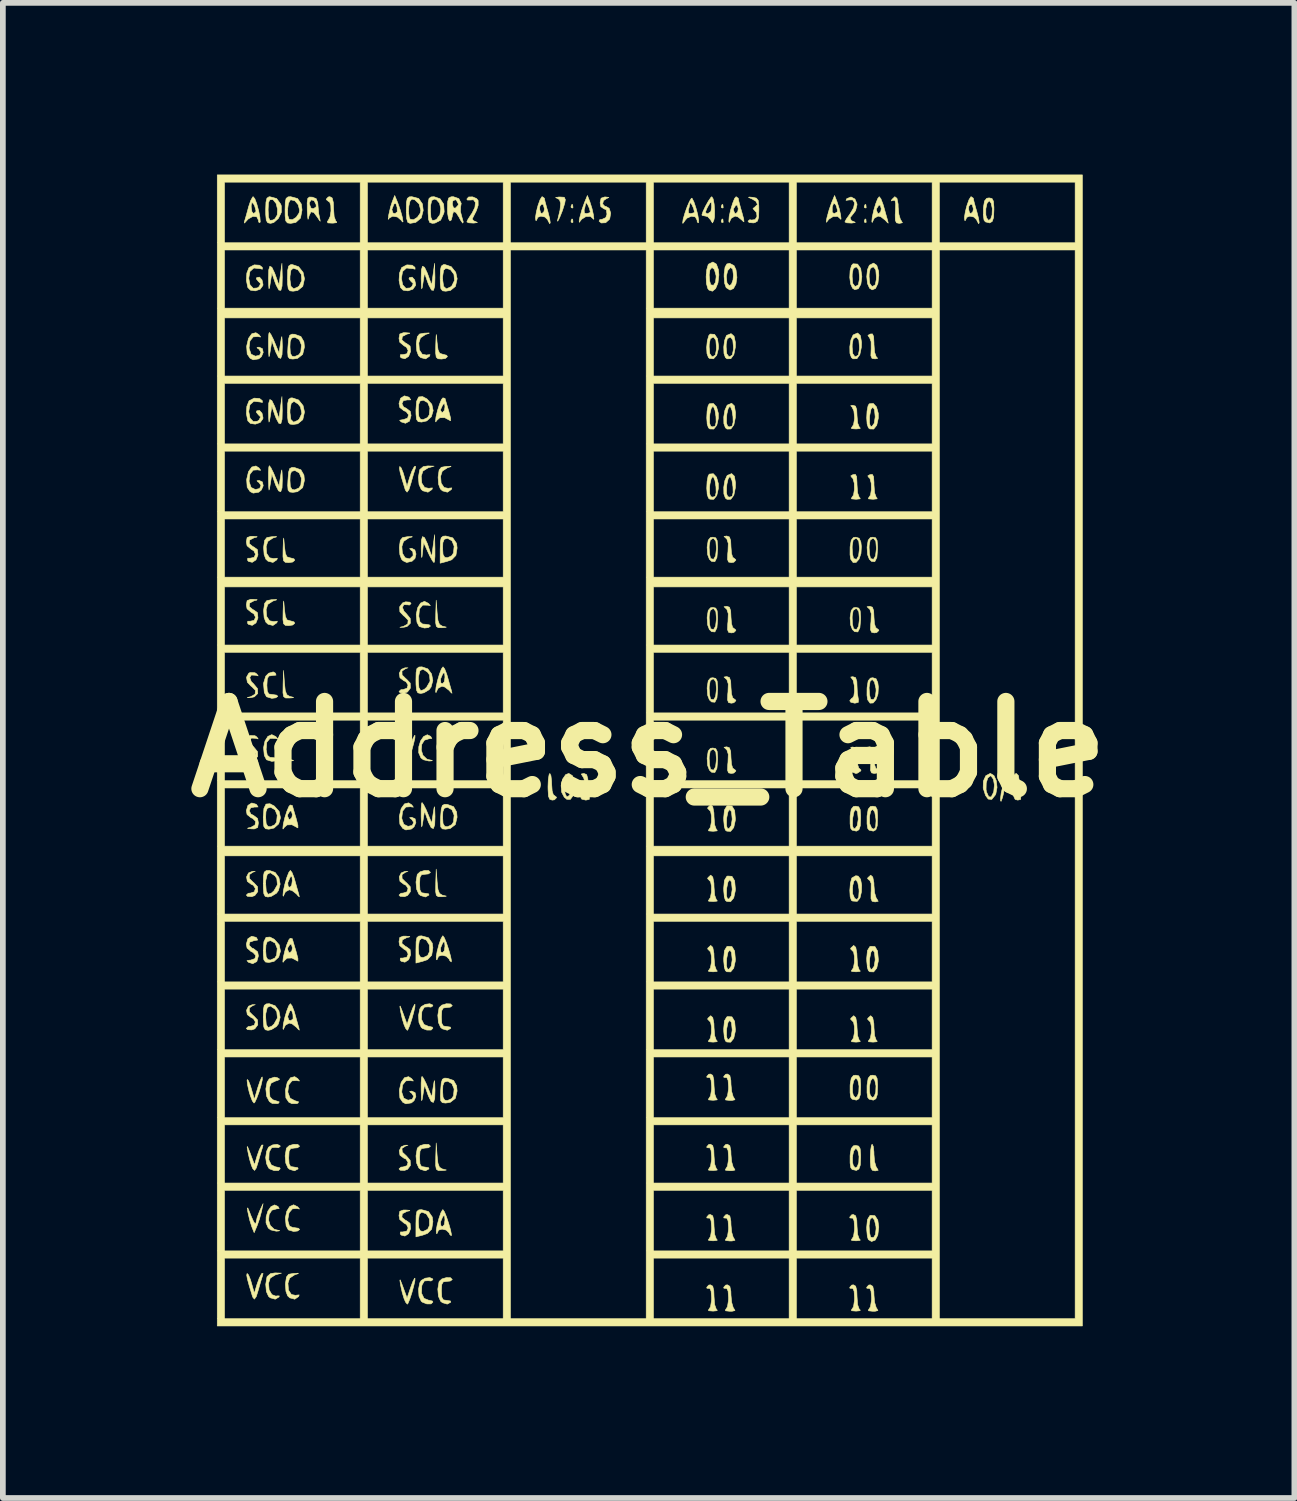
<source format=kicad_pcb>
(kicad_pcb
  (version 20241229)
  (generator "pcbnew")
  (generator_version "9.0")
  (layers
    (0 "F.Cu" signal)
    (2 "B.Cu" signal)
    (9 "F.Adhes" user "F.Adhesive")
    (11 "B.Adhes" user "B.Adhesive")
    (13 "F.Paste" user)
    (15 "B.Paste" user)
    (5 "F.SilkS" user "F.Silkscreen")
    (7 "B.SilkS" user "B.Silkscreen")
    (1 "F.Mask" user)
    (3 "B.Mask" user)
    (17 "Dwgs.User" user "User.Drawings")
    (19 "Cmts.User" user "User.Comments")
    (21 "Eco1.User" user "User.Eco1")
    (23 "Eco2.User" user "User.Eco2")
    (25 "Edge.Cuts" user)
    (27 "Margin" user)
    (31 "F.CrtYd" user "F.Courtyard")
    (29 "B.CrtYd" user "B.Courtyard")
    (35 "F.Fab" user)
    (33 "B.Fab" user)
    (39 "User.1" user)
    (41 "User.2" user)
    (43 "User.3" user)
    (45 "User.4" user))
  (footprint "Address_Table"
    (layer "F.Cu")
    (at 8.28 10.038)
    (property "Reference" "Address_Table" (at 0 0 0) (layer "F.SilkS") (effects (font (size 1.524 1.524) (thickness 0.3))))
    (attr through_hole)
    (fp_poly (pts (xy -1.326 -9.511) (xy -1.321 -9.461) (xy -1.326 -9.454) (xy -1.352 -9.46) (xy -1.355 -9.483) (xy -1.339 -9.518) (xy -1.326 -9.511)) (stroke (width 0.01) (type solid)) (fill yes) (layer "F.SilkS"))
    (fp_poly (pts (xy -1.326 -9.257) (xy -1.321 -9.207) (xy -1.326 -9.2) (xy -1.352 -9.206) (xy -1.355 -9.229) (xy -1.339 -9.264) (xy -1.326 -9.257)) (stroke (width 0.01) (type solid)) (fill yes) (layer "F.SilkS"))
    (fp_poly (pts (xy 1.298 -9.511) (xy 1.303 -9.461) (xy 1.298 -9.454) (xy 1.273 -9.46) (xy 1.27 -9.483) (xy 1.285 -9.518) (xy 1.298 -9.511)) (stroke (width 0.01) (type solid)) (fill yes) (layer "F.SilkS"))
    (fp_poly (pts (xy 1.298 -9.257) (xy 1.303 -9.207) (xy 1.298 -9.2) (xy 1.273 -9.206) (xy 1.27 -9.229) (xy 1.285 -9.264) (xy 1.298 -9.257)) (stroke (width 0.01) (type solid)) (fill yes) (layer "F.SilkS"))
    (fp_poly (pts (xy 3.796 -9.511) (xy 3.801 -9.461) (xy 3.796 -9.454) (xy 3.771 -9.46) (xy 3.768 -9.483) (xy 3.783 -9.518) (xy 3.796 -9.511)) (stroke (width 0.01) (type solid)) (fill yes) (layer "F.SilkS"))
    (fp_poly (pts (xy 3.796 -9.257) (xy 3.801 -9.207) (xy 3.796 -9.2) (xy 3.771 -9.206) (xy 3.768 -9.229) (xy 3.783 -9.264) (xy 3.796 -9.257)) (stroke (width 0.01) (type solid)) (fill yes) (layer "F.SilkS"))
    (fp_poly (pts (xy 6.252 0.458) (xy 6.257 0.524) (xy 6.249 0.539) (xy 6.229 0.526) (xy 6.226 0.483) (xy 6.237 0.438) (xy 6.252 0.458)) (stroke (width 0.01) (type solid)) (fill yes) (layer "F.SilkS"))
    (fp_poly (pts (xy 6.214 0.628) (xy 6.215 0.656) (xy 6.202 0.764) (xy 6.181 0.847) (xy 6.157 0.911) (xy 6.147 0.896) (xy 6.147 0.868) (xy 6.16 0.76) (xy 6.181 0.677) (xy 6.205 0.613) (xy 6.214 0.628)) (stroke (width 0.01) (type solid)) (fill yes) (layer "F.SilkS"))
    (fp_poly (pts (xy -6.361 -1.156) (xy -6.347 -1.024) (xy -6.32 -0.953) (xy -6.271 -0.923) (xy -6.253 -0.919) (xy -6.2 -0.905) (xy -6.226 -0.898) (xy -6.276 -0.895) (xy -6.341 -0.895) (xy -6.375 -0.919) (xy -6.387 -0.985) (xy -6.385 -1.114) (xy -6.385 -1.132) (xy -6.377 -1.376) (xy -6.361 -1.156)) (stroke (width 0.01) (type solid)) (fill yes) (layer "F.SilkS"))
    (fp_poly (pts (xy -6.361 -0.056) (xy -6.347 0.077) (xy -6.32 0.147) (xy -6.271 0.178) (xy -6.253 0.182) (xy -6.2 0.195) (xy -6.226 0.203) (xy -6.276 0.206) (xy -6.341 0.205) (xy -6.375 0.182) (xy -6.387 0.115) (xy -6.385 -0.014) (xy -6.385 -0.032) (xy -6.377 -0.275) (xy -6.361 -0.056)) (stroke (width 0.01) (type solid)) (fill yes) (layer "F.SilkS"))
    (fp_poly (pts (xy -3.694 -2.384) (xy -3.68 -2.251) (xy -3.653 -2.181) (xy -3.604 -2.15) (xy -3.586 -2.146) (xy -3.533 -2.133) (xy -3.559 -2.126) (xy -3.609 -2.122) (xy -3.674 -2.123) (xy -3.708 -2.147) (xy -3.72 -2.213) (xy -3.718 -2.342) (xy -3.718 -2.36) (xy -3.71 -2.603) (xy -3.694 -2.384)) (stroke (width 0.01) (type solid)) (fill yes) (layer "F.SilkS"))
    (fp_poly (pts (xy -3.694 2.315) (xy -3.68 2.448) (xy -3.653 2.518) (xy -3.604 2.549) (xy -3.586 2.553) (xy -3.533 2.566) (xy -3.559 2.573) (xy -3.609 2.577) (xy -3.674 2.576) (xy -3.708 2.552) (xy -3.72 2.486) (xy -3.718 2.357) (xy -3.718 2.339) (xy -3.71 2.095) (xy -3.694 2.315)) (stroke (width 0.01) (type solid)) (fill yes) (layer "F.SilkS"))
    (fp_poly (pts (xy -3.694 7.099) (xy -3.68 7.231) (xy -3.653 7.302) (xy -3.604 7.332) (xy -3.586 7.336) (xy -3.533 7.35) (xy -3.559 7.357) (xy -3.609 7.36) (xy -3.674 7.36) (xy -3.708 7.336) (xy -3.72 7.27) (xy -3.718 7.141) (xy -3.718 7.123) (xy -3.71 6.879) (xy -3.694 7.099)) (stroke (width 0.01) (type solid)) (fill yes) (layer "F.SilkS"))
    (fp_poly (pts (xy -1.473 -9.642) (xy -1.454 -9.6) (xy -1.465 -9.536) (xy -1.505 -9.409) (xy -1.552 -9.292) (xy -1.585 -9.227) (xy -1.593 -9.226) (xy -1.591 -9.236) (xy -1.547 -9.419) (xy -1.536 -9.537) (xy -1.557 -9.601) (xy -1.594 -9.622) (xy -1.625 -9.637) (xy -1.572 -9.646) (xy -1.555 -9.647) (xy -1.473 -9.642)) (stroke (width 0.01) (type solid)) (fill yes) (layer "F.SilkS"))
    (fp_poly (pts (xy 6.462 0.463) (xy 6.477 0.573) (xy 6.477 0.589) (xy 6.483 0.715) (xy 6.499 0.811) (xy 6.503 0.822) (xy 6.499 0.877) (xy 6.45 0.889) (xy 6.404 0.877) (xy 6.38 0.828) (xy 6.372 0.722) (xy 6.371 0.656) (xy 6.38 0.504) (xy 6.406 0.431) (xy 6.424 0.423) (xy 6.462 0.463)) (stroke (width 0.01) (type solid)) (fill yes) (layer "F.SilkS"))
    (fp_poly (pts (xy 3.925 6.938) (xy 3.936 7.033) (xy 3.937 7.082) (xy 3.948 7.207) (xy 3.976 7.299) (xy 3.988 7.315) (xy 4.011 7.355) (xy 3.959 7.366) (xy 3.956 7.366) (xy 3.908 7.355) (xy 3.883 7.31) (xy 3.874 7.209) (xy 3.873 7.133) (xy 3.879 7.006) (xy 3.892 6.921) (xy 3.905 6.9) (xy 3.925 6.938)) (stroke (width 0.01) (type solid)) (fill yes) (layer "F.SilkS"))
    (fp_poly (pts (xy -6.371 -3.663) (xy -6.363 -3.563) (xy -6.361 -3.545) (xy -6.345 -3.421) (xy -6.317 -3.361) (xy -6.265 -3.344) (xy -6.263 -3.344) (xy -6.195 -3.326) (xy -6.181 -3.302) (xy -6.217 -3.27) (xy -6.287 -3.26) (xy -6.346 -3.265) (xy -6.377 -3.294) (xy -6.387 -3.368) (xy -6.385 -3.503) (xy -6.38 -3.636) (xy -6.376 -3.688) (xy -6.371 -3.663)) (stroke (width 0.01) (type solid)) (fill yes) (layer "F.SilkS"))
    (fp_poly (pts (xy -6.371 -2.562) (xy -6.363 -2.463) (xy -6.361 -2.445) (xy -6.345 -2.32) (xy -6.317 -2.26) (xy -6.265 -2.244) (xy -6.263 -2.244) (xy -6.195 -2.225) (xy -6.181 -2.201) (xy -6.217 -2.17) (xy -6.287 -2.159) (xy -6.346 -2.164) (xy -6.377 -2.194) (xy -6.387 -2.267) (xy -6.385 -2.402) (xy -6.38 -2.536) (xy -6.376 -2.588) (xy -6.371 -2.562)) (stroke (width 0.01) (type solid)) (fill yes) (layer "F.SilkS"))
    (fp_poly (pts (xy -3.704 -7.219) (xy -3.696 -7.119) (xy -3.694 -7.101) (xy -3.678 -6.977) (xy -3.65 -6.917) (xy -3.598 -6.9) (xy -3.596 -6.9) (xy -3.528 -6.882) (xy -3.514 -6.858) (xy -3.55 -6.826) (xy -3.619 -6.816) (xy -3.679 -6.821) (xy -3.71 -6.85) (xy -3.72 -6.924) (xy -3.718 -7.059) (xy -3.713 -7.192) (xy -3.709 -7.244) (xy -3.704 -7.219)) (stroke (width 0.01) (type solid)) (fill yes) (layer "F.SilkS"))
    (fp_poly (pts (xy -1.706 0.461) (xy -1.695 0.557) (xy -1.693 0.614) (xy -1.685 0.727) (xy -1.664 0.796) (xy -1.651 0.804) (xy -1.61 0.837) (xy -1.609 0.847) (xy -1.644 0.883) (xy -1.683 0.889) (xy -1.726 0.875) (xy -1.749 0.821) (xy -1.756 0.707) (xy -1.757 0.656) (xy -1.752 0.529) (xy -1.738 0.444) (xy -1.725 0.423) (xy -1.706 0.461)) (stroke (width 0.01) (type solid)) (fill yes) (layer "F.SilkS"))
    (fp_poly (pts (xy -6.76 8.065) (xy -6.796 8.201) (xy -6.837 8.319) (xy -6.89 8.445) (xy -6.932 8.34) (xy -6.969 8.222) (xy -7 8.086) (xy -7 8.086) (xy -7.01 8.015) (xy -7.001 8.014) (xy -6.97 8.087) (xy -6.946 8.149) (xy -6.9 8.253) (xy -6.869 8.294) (xy -6.859 8.276) (xy -6.838 8.178) (xy -6.794 8.065) (xy -6.734 7.938) (xy -6.76 8.065)) (stroke (width 0.01) (type solid)) (fill yes) (layer "F.SilkS"))
    (fp_poly (pts (xy 3.931 -7.208) (xy 3.937 -7.096) (xy 3.937 -7.072) (xy 3.948 -6.934) (xy 3.977 -6.854) (xy 3.99 -6.844) (xy 3.999 -6.826) (xy 3.957 -6.819) (xy 3.903 -6.827) (xy 3.883 -6.873) (xy 3.887 -6.978) (xy 3.888 -6.99) (xy 3.887 -7.12) (xy 3.859 -7.192) (xy 3.854 -7.196) (xy 3.831 -7.229) (xy 3.87 -7.253) (xy 3.911 -7.255) (xy 3.931 -7.208)) (stroke (width 0.01) (type solid)) (fill yes) (layer "F.SilkS"))
    (fp_poly (pts (xy -6.474 7.987) (xy -6.453 8.024) (xy -6.498 8.029) (xy -6.582 8.053) (xy -6.629 8.128) (xy -6.638 8.226) (xy -6.609 8.32) (xy -6.541 8.384) (xy -6.509 8.394) (xy -6.443 8.409) (xy -6.459 8.415) (xy -6.504 8.419) (xy -6.6 8.397) (xy -6.644 8.364) (xy -6.683 8.274) (xy -6.681 8.169) (xy -6.65 8.067) (xy -6.597 7.991) (xy -6.533 7.96) (xy -6.474 7.987)) (stroke (width 0.01) (type solid)) (fill yes) (layer "F.SilkS"))
    (fp_poly (pts (xy -6.413 9.152) (xy -6.519 9.182) (xy -6.609 9.238) (xy -6.639 9.328) (xy -6.629 9.444) (xy -6.581 9.527) (xy -6.51 9.554) (xy -6.489 9.549) (xy -6.451 9.55) (xy -6.456 9.568) (xy -6.522 9.607) (xy -6.608 9.583) (xy -6.638 9.559) (xy -6.677 9.473) (xy -6.688 9.347) (xy -6.667 9.222) (xy -6.663 9.211) (xy -6.603 9.16) (xy -6.525 9.148) (xy -6.413 9.152)) (stroke (width 0.01) (type solid)) (fill yes) (layer "F.SilkS"))
    (fp_poly (pts (xy -6.399 -8.244) (xy -6.403 -8.091) (xy -6.424 -8.016) (xy -6.459 -8.021) (xy -6.506 -8.108) (xy -6.526 -8.16) (xy -6.581 -8.319) (xy -6.608 -8.149) (xy -6.622 -8.062) (xy -6.631 -8.043) (xy -6.636 -8.098) (xy -6.64 -8.226) (xy -6.636 -8.373) (xy -6.616 -8.437) (xy -6.581 -8.419) (xy -6.532 -8.317) (xy -6.513 -8.265) (xy -6.457 -8.107) (xy -6.405 -8.488) (xy -6.399 -8.244)) (stroke (width 0.01) (type solid)) (fill yes) (layer "F.SilkS"))
    (fp_poly (pts (xy -6.399 -5.916) (xy -6.403 -5.763) (xy -6.424 -5.688) (xy -6.459 -5.693) (xy -6.506 -5.78) (xy -6.526 -5.831) (xy -6.581 -5.99) (xy -6.608 -5.821) (xy -6.622 -5.734) (xy -6.631 -5.715) (xy -6.636 -5.769) (xy -6.64 -5.897) (xy -6.636 -6.044) (xy -6.616 -6.109) (xy -6.581 -6.09) (xy -6.532 -5.989) (xy -6.513 -5.937) (xy -6.457 -5.779) (xy -6.405 -6.16) (xy -6.399 -5.916)) (stroke (width 0.01) (type solid)) (fill yes) (layer "F.SilkS"))
    (fp_poly (pts (xy -3.807 -0.225) (xy -3.786 -0.188) (xy -3.831 -0.184) (xy -3.915 -0.159) (xy -3.962 -0.085) (xy -3.971 0.013) (xy -3.942 0.107) (xy -3.874 0.172) (xy -3.842 0.182) (xy -3.776 0.196) (xy -3.792 0.203) (xy -3.837 0.206) (xy -3.933 0.184) (xy -3.977 0.151) (xy -4.016 0.062) (xy -4.014 -0.044) (xy -3.983 -0.145) (xy -3.93 -0.222) (xy -3.866 -0.253) (xy -3.807 -0.225)) (stroke (width 0.01) (type solid)) (fill yes) (layer "F.SilkS"))
    (fp_poly (pts (xy -3.747 -4.945) (xy -3.852 -4.915) (xy -3.942 -4.859) (xy -3.972 -4.769) (xy -3.962 -4.649) (xy -3.912 -4.572) (xy -3.834 -4.556) (xy -3.821 -4.561) (xy -3.776 -4.565) (xy -3.784 -4.537) (xy -3.854 -4.49) (xy -3.942 -4.514) (xy -3.971 -4.538) (xy -4.01 -4.624) (xy -4.021 -4.75) (xy -4 -4.875) (xy -3.996 -4.886) (xy -3.936 -4.937) (xy -3.858 -4.949) (xy -3.747 -4.945)) (stroke (width 0.01) (type solid)) (fill yes) (layer "F.SilkS"))
    (fp_poly (pts (xy -3.732 -8.244) (xy -3.736 -8.091) (xy -3.757 -8.016) (xy -3.792 -8.021) (xy -3.839 -8.108) (xy -3.859 -8.16) (xy -3.914 -8.319) (xy -3.941 -8.149) (xy -3.955 -8.062) (xy -3.964 -8.043) (xy -3.969 -8.098) (xy -3.973 -8.226) (xy -3.969 -8.373) (xy -3.949 -8.437) (xy -3.914 -8.419) (xy -3.865 -8.317) (xy -3.846 -8.265) (xy -3.79 -8.107) (xy -3.738 -8.488) (xy -3.732 -8.244)) (stroke (width 0.01) (type solid)) (fill yes) (layer "F.SilkS"))
    (fp_poly (pts (xy -1.082 0.444) (xy -1.061 0.519) (xy -1.058 0.589) (xy -1.052 0.715) (xy -1.036 0.811) (xy -1.033 0.822) (xy -1.036 0.876) (xy -1.096 0.889) (xy -1.167 0.872) (xy -1.185 0.847) (xy -1.153 0.806) (xy -1.143 0.804) (xy -1.113 0.769) (xy -1.102 0.684) (xy -1.11 0.582) (xy -1.135 0.497) (xy -1.151 0.474) (xy -1.176 0.433) (xy -1.13 0.423) (xy -1.082 0.444)) (stroke (width 0.01) (type solid)) (fill yes) (layer "F.SilkS"))
    (fp_poly (pts (xy 3.616 -1.251) (xy 3.638 -1.183) (xy 3.641 -1.104) (xy 3.647 -0.979) (xy 3.663 -0.883) (xy 3.666 -0.871) (xy 3.663 -0.818) (xy 3.603 -0.804) (xy 3.532 -0.821) (xy 3.514 -0.847) (xy 3.546 -0.888) (xy 3.556 -0.889) (xy 3.585 -0.925) (xy 3.597 -1.011) (xy 3.593 -1.114) (xy 3.574 -1.203) (xy 3.545 -1.242) (xy 3.531 -1.261) (xy 3.567 -1.267) (xy 3.616 -1.251)) (stroke (width 0.01) (type solid)) (fill yes) (layer "F.SilkS"))
    (fp_poly (pts (xy 3.916 2.233) (xy 3.936 2.334) (xy 3.937 2.383) (xy 3.948 2.508) (xy 3.976 2.6) (xy 3.988 2.616) (xy 4.011 2.656) (xy 3.959 2.667) (xy 3.956 2.667) (xy 3.905 2.656) (xy 3.885 2.609) (xy 3.886 2.504) (xy 3.888 2.477) (xy 3.888 2.344) (xy 3.863 2.288) (xy 3.854 2.286) (xy 3.825 2.26) (xy 3.831 2.244) (xy 3.88 2.2) (xy 3.916 2.233)) (stroke (width 0.01) (type solid)) (fill yes) (layer "F.SilkS"))
    (fp_poly (pts (xy 4.339 -9.623) (xy 4.359 -9.522) (xy 4.36 -9.47) (xy 4.372 -9.345) (xy 4.399 -9.254) (xy 4.411 -9.237) (xy 4.434 -9.197) (xy 4.382 -9.186) (xy 4.379 -9.186) (xy 4.331 -9.196) (xy 4.31 -9.239) (xy 4.308 -9.336) (xy 4.312 -9.403) (xy 4.316 -9.531) (xy 4.304 -9.588) (xy 4.274 -9.587) (xy 4.24 -9.578) (xy 4.25 -9.603) (xy 4.301 -9.652) (xy 4.339 -9.623)) (stroke (width 0.01) (type solid)) (fill yes) (layer "F.SilkS"))
    (fp_poly (pts (xy -6.748 5.774) (xy -6.77 5.871) (xy -6.805 5.988) (xy -6.845 6.096) (xy -6.879 6.168) (xy -6.893 6.181) (xy -6.922 6.144) (xy -6.958 6.049) (xy -6.978 5.984) (xy -7.005 5.866) (xy -7.014 5.786) (xy -7.01 5.769) (xy -6.989 5.793) (xy -6.956 5.877) (xy -6.939 5.933) (xy -6.887 6.117) (xy -6.827 5.912) (xy -6.789 5.8) (xy -6.76 5.734) (xy -6.749 5.725) (xy -6.748 5.774)) (stroke (width 0.01) (type solid)) (fill yes) (layer "F.SilkS"))
    (fp_poly (pts (xy -6.51 -0.219) (xy -6.479 -0.18) (xy -6.515 -0.186) (xy -6.519 -0.188) (xy -6.613 -0.19) (xy -6.67 -0.122) (xy -6.681 0.004) (xy -6.661 0.104) (xy -6.616 0.142) (xy -6.572 0.145) (xy -6.498 0.155) (xy -6.477 0.177) (xy -6.513 0.203) (xy -6.582 0.212) (xy -6.674 0.184) (xy -6.713 0.11) (xy -6.726 -0.026) (xy -6.701 -0.143) (xy -6.65 -0.225) (xy -6.582 -0.255) (xy -6.51 -0.219)) (stroke (width 0.01) (type solid)) (fill yes) (layer "F.SilkS"))
    (fp_poly (pts (xy -6.488 5.737) (xy -6.445 5.763) (xy -6.475 5.784) (xy -6.519 5.797) (xy -6.594 5.833) (xy -6.622 5.907) (xy -6.625 5.969) (xy -6.614 6.073) (xy -6.566 6.123) (xy -6.519 6.138) (xy -6.452 6.16) (xy -6.461 6.181) (xy -6.486 6.191) (xy -6.576 6.187) (xy -6.624 6.155) (xy -6.673 6.06) (xy -6.686 5.933) (xy -6.664 5.816) (xy -6.626 5.758) (xy -6.534 5.728) (xy -6.488 5.737)) (stroke (width 0.01) (type solid)) (fill yes) (layer "F.SilkS"))
    (fp_poly (pts (xy -4.082 -0.197) (xy -4.104 -0.101) (xy -4.136 0.015) (xy -4.172 0.124) (xy -4.203 0.197) (xy -4.215 0.212) (xy -4.244 0.177) (xy -4.271 0.116) (xy -4.304 0.007) (xy -4.333 -0.124) (xy -4.333 -0.127) (xy -4.345 -0.205) (xy -4.34 -0.213) (xy -4.312 -0.147) (xy -4.289 -0.085) (xy -4.219 0.106) (xy -4.158 -0.077) (xy -4.119 -0.181) (xy -4.089 -0.239) (xy -4.081 -0.243) (xy -4.082 -0.197)) (stroke (width 0.01) (type solid)) (fill yes) (layer "F.SilkS"))
    (fp_poly (pts (xy -4.082 4.502) (xy -4.104 4.598) (xy -4.136 4.714) (xy -4.172 4.823) (xy -4.203 4.896) (xy -4.215 4.911) (xy -4.244 4.876) (xy -4.271 4.815) (xy -4.304 4.706) (xy -4.333 4.575) (xy -4.333 4.572) (xy -4.345 4.494) (xy -4.34 4.486) (xy -4.312 4.552) (xy -4.289 4.614) (xy -4.219 4.805) (xy -4.158 4.622) (xy -4.119 4.518) (xy -4.089 4.46) (xy -4.081 4.456) (xy -4.082 4.502)) (stroke (width 0.01) (type solid)) (fill yes) (layer "F.SilkS"))
    (fp_poly (pts (xy -4.082 9.286) (xy -4.104 9.381) (xy -4.136 9.498) (xy -4.172 9.607) (xy -4.203 9.68) (xy -4.215 9.694) (xy -4.244 9.66) (xy -4.271 9.599) (xy -4.304 9.49) (xy -4.333 9.358) (xy -4.333 9.356) (xy -4.345 9.277) (xy -4.34 9.269) (xy -4.312 9.336) (xy -4.289 9.398) (xy -4.219 9.588) (xy -4.158 9.406) (xy -4.119 9.301) (xy -4.089 9.244) (xy -4.081 9.24) (xy -4.082 9.286)) (stroke (width 0.01) (type solid)) (fill yes) (layer "F.SilkS"))
    (fp_poly (pts (xy -3.843 -2.547) (xy -3.812 -2.508) (xy -3.848 -2.514) (xy -3.852 -2.516) (xy -3.946 -2.518) (xy -4.003 -2.45) (xy -4.014 -2.324) (xy -3.994 -2.225) (xy -3.949 -2.187) (xy -3.905 -2.184) (xy -3.831 -2.173) (xy -3.81 -2.152) (xy -3.846 -2.125) (xy -3.915 -2.117) (xy -4.007 -2.144) (xy -4.046 -2.218) (xy -4.059 -2.354) (xy -4.034 -2.471) (xy -3.983 -2.553) (xy -3.915 -2.583) (xy -3.843 -2.547)) (stroke (width 0.01) (type solid)) (fill yes) (layer "F.SilkS"))
    (fp_poly (pts (xy 1.121 1.005) (xy 1.141 1.11) (xy 1.143 1.182) (xy 1.154 1.321) (xy 1.183 1.401) (xy 1.196 1.411) (xy 1.198 1.426) (xy 1.132 1.433) (xy 1.122 1.433) (xy 1.05 1.427) (xy 1.044 1.413) (xy 1.048 1.411) (xy 1.08 1.363) (xy 1.097 1.271) (xy 1.099 1.167) (xy 1.083 1.086) (xy 1.056 1.058) (xy 1.031 1.032) (xy 1.037 1.016) (xy 1.085 0.972) (xy 1.121 1.005)) (stroke (width 0.01) (type solid)) (fill yes) (layer "F.SilkS"))
    (fp_poly (pts (xy 1.121 2.233) (xy 1.141 2.338) (xy 1.143 2.409) (xy 1.154 2.549) (xy 1.183 2.628) (xy 1.196 2.639) (xy 1.198 2.653) (xy 1.132 2.66) (xy 1.122 2.66) (xy 1.05 2.655) (xy 1.044 2.641) (xy 1.048 2.639) (xy 1.08 2.59) (xy 1.097 2.498) (xy 1.099 2.395) (xy 1.083 2.314) (xy 1.056 2.286) (xy 1.031 2.26) (xy 1.037 2.244) (xy 1.085 2.199) (xy 1.121 2.233)) (stroke (width 0.01) (type solid)) (fill yes) (layer "F.SilkS"))
    (fp_poly (pts (xy 1.121 3.461) (xy 1.141 3.565) (xy 1.143 3.637) (xy 1.154 3.776) (xy 1.183 3.856) (xy 1.196 3.867) (xy 1.198 3.881) (xy 1.132 3.888) (xy 1.122 3.888) (xy 1.05 3.882) (xy 1.044 3.868) (xy 1.048 3.867) (xy 1.08 3.818) (xy 1.097 3.726) (xy 1.099 3.623) (xy 1.083 3.541) (xy 1.056 3.514) (xy 1.031 3.488) (xy 1.037 3.471) (xy 1.085 3.427) (xy 1.121 3.461)) (stroke (width 0.01) (type solid)) (fill yes) (layer "F.SilkS"))
    (fp_poly (pts (xy 1.121 4.688) (xy 1.141 4.793) (xy 1.143 4.865) (xy 1.154 5.004) (xy 1.183 5.084) (xy 1.196 5.094) (xy 1.198 5.109) (xy 1.132 5.116) (xy 1.122 5.116) (xy 1.05 5.11) (xy 1.044 5.096) (xy 1.048 5.094) (xy 1.08 5.046) (xy 1.097 4.954) (xy 1.099 4.85) (xy 1.083 4.769) (xy 1.056 4.741) (xy 1.031 4.715) (xy 1.037 4.699) (xy 1.085 4.655) (xy 1.121 4.688)) (stroke (width 0.01) (type solid)) (fill yes) (layer "F.SilkS"))
    (fp_poly (pts (xy 1.412 -3.708) (xy 1.434 -3.645) (xy 1.439 -3.535) (xy 1.448 -3.421) (xy 1.469 -3.353) (xy 1.482 -3.344) (xy 1.523 -3.312) (xy 1.524 -3.302) (xy 1.489 -3.267) (xy 1.445 -3.26) (xy 1.397 -3.27) (xy 1.379 -3.316) (xy 1.383 -3.419) (xy 1.387 -3.455) (xy 1.392 -3.595) (xy 1.367 -3.672) (xy 1.35 -3.687) (xy 1.318 -3.717) (xy 1.365 -3.725) (xy 1.365 -3.725) (xy 1.412 -3.708)) (stroke (width 0.01) (type solid)) (fill yes) (layer "F.SilkS"))
    (fp_poly (pts (xy 1.412 -2.481) (xy 1.434 -2.418) (xy 1.439 -2.307) (xy 1.448 -2.194) (xy 1.469 -2.125) (xy 1.482 -2.117) (xy 1.523 -2.084) (xy 1.524 -2.074) (xy 1.489 -2.039) (xy 1.445 -2.032) (xy 1.397 -2.043) (xy 1.379 -2.089) (xy 1.383 -2.192) (xy 1.387 -2.227) (xy 1.392 -2.368) (xy 1.367 -2.444) (xy 1.35 -2.459) (xy 1.318 -2.489) (xy 1.365 -2.497) (xy 1.365 -2.497) (xy 1.412 -2.481)) (stroke (width 0.01) (type solid)) (fill yes) (layer "F.SilkS"))
    (fp_poly (pts (xy 1.412 -1.253) (xy 1.434 -1.19) (xy 1.439 -1.079) (xy 1.448 -0.966) (xy 1.469 -0.898) (xy 1.482 -0.889) (xy 1.523 -0.857) (xy 1.524 -0.847) (xy 1.489 -0.812) (xy 1.445 -0.804) (xy 1.397 -0.815) (xy 1.379 -0.861) (xy 1.383 -0.964) (xy 1.387 -0.999) (xy 1.392 -1.14) (xy 1.367 -1.217) (xy 1.35 -1.231) (xy 1.318 -1.261) (xy 1.365 -1.269) (xy 1.365 -1.269) (xy 1.412 -1.253)) (stroke (width 0.01) (type solid)) (fill yes) (layer "F.SilkS"))
    (fp_poly (pts (xy 1.412 -0.025) (xy 1.434 0.038) (xy 1.439 0.148) (xy 1.448 0.262) (xy 1.469 0.33) (xy 1.482 0.339) (xy 1.523 0.371) (xy 1.524 0.381) (xy 1.489 0.416) (xy 1.445 0.423) (xy 1.397 0.413) (xy 1.379 0.367) (xy 1.383 0.264) (xy 1.387 0.228) (xy 1.392 0.088) (xy 1.367 0.011) (xy 1.35 -0.004) (xy 1.318 -0.034) (xy 1.365 -0.042) (xy 1.365 -0.042) (xy 1.412 -0.025)) (stroke (width 0.01) (type solid)) (fill yes) (layer "F.SilkS"))
    (fp_poly (pts (xy 3.614 -5.994) (xy 3.636 -5.932) (xy 3.641 -5.824) (xy 3.652 -5.698) (xy 3.682 -5.624) (xy 3.694 -5.616) (xy 3.696 -5.602) (xy 3.63 -5.595) (xy 3.619 -5.595) (xy 3.547 -5.6) (xy 3.542 -5.614) (xy 3.545 -5.616) (xy 3.58 -5.669) (xy 3.598 -5.773) (xy 3.598 -5.8) (xy 3.586 -5.91) (xy 3.554 -5.978) (xy 3.545 -5.983) (xy 3.531 -6.002) (xy 3.567 -6.008) (xy 3.614 -5.994)) (stroke (width 0.01) (type solid)) (fill yes) (layer "F.SilkS"))
    (fp_poly (pts (xy 3.619 3.461) (xy 3.638 3.565) (xy 3.641 3.637) (xy 3.651 3.776) (xy 3.68 3.856) (xy 3.694 3.867) (xy 3.696 3.881) (xy 3.63 3.888) (xy 3.619 3.888) (xy 3.547 3.882) (xy 3.542 3.868) (xy 3.545 3.867) (xy 3.578 3.818) (xy 3.595 3.726) (xy 3.596 3.623) (xy 3.581 3.541) (xy 3.554 3.514) (xy 3.528 3.488) (xy 3.535 3.471) (xy 3.583 3.427) (xy 3.619 3.461)) (stroke (width 0.01) (type solid)) (fill yes) (layer "F.SilkS"))
    (fp_poly (pts (xy 3.619 4.688) (xy 3.638 4.793) (xy 3.641 4.865) (xy 3.651 5.004) (xy 3.68 5.084) (xy 3.694 5.094) (xy 3.696 5.109) (xy 3.63 5.116) (xy 3.619 5.116) (xy 3.547 5.11) (xy 3.542 5.096) (xy 3.545 5.094) (xy 3.578 5.046) (xy 3.595 4.954) (xy 3.596 4.85) (xy 3.581 4.769) (xy 3.554 4.741) (xy 3.528 4.715) (xy 3.535 4.699) (xy 3.583 4.655) (xy 3.619 4.688)) (stroke (width 0.01) (type solid)) (fill yes) (layer "F.SilkS"))
    (fp_poly (pts (xy 3.634 -4.761) (xy 3.64 -4.659) (xy 3.641 -4.617) (xy 3.651 -4.478) (xy 3.68 -4.399) (xy 3.694 -4.388) (xy 3.696 -4.374) (xy 3.63 -4.367) (xy 3.619 -4.367) (xy 3.547 -4.373) (xy 3.542 -4.387) (xy 3.545 -4.388) (xy 3.58 -4.441) (xy 3.596 -4.539) (xy 3.593 -4.647) (xy 3.57 -4.729) (xy 3.548 -4.751) (xy 3.532 -4.775) (xy 3.569 -4.796) (xy 3.612 -4.801) (xy 3.634 -4.761)) (stroke (width 0.01) (type solid)) (fill yes) (layer "F.SilkS"))
    (fp_poly (pts (xy 3.91 -2.481) (xy 3.932 -2.418) (xy 3.937 -2.307) (xy 3.945 -2.194) (xy 3.967 -2.125) (xy 3.979 -2.117) (xy 4.02 -2.084) (xy 4.022 -2.074) (xy 3.986 -2.039) (xy 3.942 -2.032) (xy 3.895 -2.043) (xy 3.876 -2.089) (xy 3.881 -2.192) (xy 3.885 -2.227) (xy 3.89 -2.368) (xy 3.865 -2.444) (xy 3.848 -2.459) (xy 3.816 -2.489) (xy 3.863 -2.497) (xy 3.863 -2.497) (xy 3.91 -2.481)) (stroke (width 0.01) (type solid)) (fill yes) (layer "F.SilkS"))
    (fp_poly (pts (xy 3.91 -0.025) (xy 3.932 0.038) (xy 3.937 0.148) (xy 3.945 0.262) (xy 3.967 0.33) (xy 3.979 0.339) (xy 4.02 0.371) (xy 4.022 0.381) (xy 3.986 0.416) (xy 3.942 0.423) (xy 3.895 0.413) (xy 3.876 0.367) (xy 3.881 0.264) (xy 3.885 0.228) (xy 3.89 0.088) (xy 3.865 0.011) (xy 3.848 -0.004) (xy 3.816 -0.034) (xy 3.863 -0.042) (xy 3.863 -0.042) (xy 3.91 -0.025)) (stroke (width 0.01) (type solid)) (fill yes) (layer "F.SilkS"))
    (fp_poly (pts (xy 3.915 4.688) (xy 3.935 4.793) (xy 3.937 4.865) (xy 3.948 5.004) (xy 3.977 5.084) (xy 3.99 5.094) (xy 3.992 5.109) (xy 3.926 5.116) (xy 3.916 5.116) (xy 3.844 5.11) (xy 3.838 5.096) (xy 3.842 5.094) (xy 3.874 5.046) (xy 3.891 4.954) (xy 3.893 4.85) (xy 3.877 4.769) (xy 3.85 4.741) (xy 3.825 4.715) (xy 3.831 4.699) (xy 3.879 4.655) (xy 3.915 4.688)) (stroke (width 0.01) (type solid)) (fill yes) (layer "F.SilkS"))
    (fp_poly (pts (xy 3.93 -4.761) (xy 3.937 -4.659) (xy 3.937 -4.617) (xy 3.948 -4.478) (xy 3.977 -4.399) (xy 3.99 -4.388) (xy 3.992 -4.374) (xy 3.926 -4.367) (xy 3.916 -4.367) (xy 3.844 -4.373) (xy 3.838 -4.387) (xy 3.842 -4.388) (xy 3.877 -4.441) (xy 3.892 -4.539) (xy 3.889 -4.647) (xy 3.867 -4.729) (xy 3.844 -4.751) (xy 3.829 -4.775) (xy 3.865 -4.796) (xy 3.908 -4.801) (xy 3.93 -4.761)) (stroke (width 0.01) (type solid)) (fill yes) (layer "F.SilkS"))
    (fp_poly (pts (xy -6.743 6.951) (xy -6.77 7.036) (xy -6.806 7.16) (xy -6.815 7.194) (xy -6.853 7.315) (xy -6.883 7.358) (xy -6.914 7.327) (xy -6.938 7.271) (xy -6.971 7.161) (xy -7 7.03) (xy -7 7.027) (xy -7.013 6.949) (xy -7.007 6.94) (xy -6.98 7.005) (xy -6.955 7.07) (xy -6.884 7.26) (xy -6.839 7.105) (xy -6.8 6.995) (xy -6.762 6.921) (xy -6.756 6.914) (xy -6.735 6.914) (xy -6.743 6.951)) (stroke (width 0.01) (type solid)) (fill yes) (layer "F.SilkS"))
    (fp_poly (pts (xy -6.519 -1.329) (xy -6.508 -1.295) (xy -6.571 -1.288) (xy -6.633 -1.279) (xy -6.661 -1.233) (xy -6.667 -1.127) (xy -6.668 -1.122) (xy -6.661 -1.013) (xy -6.634 -0.965) (xy -6.574 -0.956) (xy -6.572 -0.956) (xy -6.498 -0.945) (xy -6.477 -0.924) (xy -6.513 -0.898) (xy -6.582 -0.889) (xy -6.674 -0.917) (xy -6.713 -0.991) (xy -6.727 -1.15) (xy -6.688 -1.276) (xy -6.637 -1.328) (xy -6.557 -1.351) (xy -6.519 -1.329)) (stroke (width 0.01) (type solid)) (fill yes) (layer "F.SilkS"))
    (fp_poly (pts (xy -6.5 -3.709) (xy -6.562 -3.69) (xy -6.652 -3.63) (xy -6.681 -3.541) (xy -6.672 -3.421) (xy -6.621 -3.344) (xy -6.543 -3.329) (xy -6.53 -3.333) (xy -6.485 -3.337) (xy -6.494 -3.309) (xy -6.562 -3.263) (xy -6.648 -3.285) (xy -6.686 -3.32) (xy -6.716 -3.4) (xy -6.725 -3.519) (xy -6.723 -3.542) (xy -6.707 -3.649) (xy -6.669 -3.697) (xy -6.587 -3.712) (xy -6.583 -3.712) (xy -6.501 -3.716) (xy -6.5 -3.709)) (stroke (width 0.01) (type solid)) (fill yes) (layer "F.SilkS"))
    (fp_poly (pts (xy -6.5 -2.608) (xy -6.562 -2.589) (xy -6.652 -2.53) (xy -6.681 -2.441) (xy -6.672 -2.321) (xy -6.621 -2.244) (xy -6.543 -2.228) (xy -6.53 -2.232) (xy -6.485 -2.237) (xy -6.494 -2.209) (xy -6.562 -2.162) (xy -6.648 -2.184) (xy -6.686 -2.22) (xy -6.716 -2.3) (xy -6.725 -2.419) (xy -6.723 -2.442) (xy -6.707 -2.548) (xy -6.669 -2.596) (xy -6.587 -2.612) (xy -6.583 -2.612) (xy -6.501 -2.616) (xy -6.5 -2.608)) (stroke (width 0.01) (type solid)) (fill yes) (layer "F.SilkS"))
    (fp_poly (pts (xy -6.129 5.754) (xy -6.098 5.795) (xy -6.136 5.791) (xy -6.146 5.787) (xy -6.23 5.793) (xy -6.286 5.864) (xy -6.302 5.982) (xy -6.3 5.997) (xy -6.262 6.096) (xy -6.181 6.139) (xy -6.114 6.16) (xy -6.125 6.182) (xy -6.145 6.19) (xy -6.234 6.19) (xy -6.285 6.165) (xy -6.336 6.09) (xy -6.343 5.957) (xy -6.343 5.95) (xy -6.312 5.819) (xy -6.254 5.738) (xy -6.182 5.72) (xy -6.129 5.754)) (stroke (width 0.01) (type solid)) (fill yes) (layer "F.SilkS"))
    (fp_poly (pts (xy -6.129 7.994) (xy -6.098 8.032) (xy -6.137 8.025) (xy -6.142 8.023) (xy -6.223 8.029) (xy -6.281 8.098) (xy -6.302 8.211) (xy -6.3 8.242) (xy -6.274 8.33) (xy -6.21 8.357) (xy -6.191 8.357) (xy -6.117 8.368) (xy -6.096 8.389) (xy -6.132 8.416) (xy -6.201 8.424) (xy -6.293 8.397) (xy -6.332 8.323) (xy -6.345 8.187) (xy -6.32 8.07) (xy -6.269 7.988) (xy -6.201 7.958) (xy -6.129 7.994)) (stroke (width 0.01) (type solid)) (fill yes) (layer "F.SilkS"))
    (fp_poly (pts (xy -6.119 9.16) (xy -6.181 9.18) (xy -6.271 9.239) (xy -6.3 9.328) (xy -6.291 9.448) (xy -6.24 9.525) (xy -6.162 9.541) (xy -6.149 9.536) (xy -6.104 9.532) (xy -6.113 9.56) (xy -6.181 9.607) (xy -6.267 9.584) (xy -6.305 9.549) (xy -6.335 9.469) (xy -6.344 9.35) (xy -6.342 9.327) (xy -6.326 9.22) (xy -6.288 9.172) (xy -6.206 9.157) (xy -6.202 9.157) (xy -6.12 9.153) (xy -6.119 9.16)) (stroke (width 0.01) (type solid)) (fill yes) (layer "F.SilkS"))
    (fp_poly (pts (xy -5.527 -9.629) (xy -5.507 -9.55) (xy -5.503 -9.444) (xy -5.493 -9.305) (xy -5.464 -9.225) (xy -5.45 -9.214) (xy -5.448 -9.199) (xy -5.514 -9.19) (xy -5.522 -9.19) (xy -5.603 -9.194) (xy -5.612 -9.22) (xy -5.596 -9.237) (xy -5.563 -9.305) (xy -5.548 -9.403) (xy -5.551 -9.499) (xy -5.572 -9.56) (xy -5.588 -9.567) (xy -5.629 -9.6) (xy -5.63 -9.61) (xy -5.596 -9.647) (xy -5.567 -9.652) (xy -5.527 -9.629)) (stroke (width 0.01) (type solid)) (fill yes) (layer "F.SilkS"))
    (fp_poly (pts (xy -3.833 -7.265) (xy -3.895 -7.246) (xy -3.985 -7.186) (xy -4.014 -7.097) (xy -4.005 -6.977) (xy -3.954 -6.9) (xy -3.876 -6.885) (xy -3.863 -6.889) (xy -3.818 -6.893) (xy -3.827 -6.865) (xy -3.895 -6.819) (xy -3.981 -6.841) (xy -4.019 -6.876) (xy -4.049 -6.956) (xy -4.058 -7.075) (xy -4.056 -7.098) (xy -4.04 -7.205) (xy -4.002 -7.253) (xy -3.92 -7.268) (xy -3.916 -7.268) (xy -3.834 -7.272) (xy -3.833 -7.265)) (stroke (width 0.01) (type solid)) (fill yes) (layer "F.SilkS"))
    (fp_poly (pts (xy -3.732 -3.503) (xy -3.732 -3.372) (xy -3.739 -3.284) (xy -3.749 -3.26) (xy -3.778 -3.295) (xy -3.826 -3.383) (xy -3.851 -3.437) (xy -3.931 -3.615) (xy -3.948 -3.448) (xy -3.958 -3.362) (xy -3.964 -3.349) (xy -3.969 -3.414) (xy -3.972 -3.503) (xy -3.969 -3.649) (xy -3.949 -3.714) (xy -3.914 -3.696) (xy -3.866 -3.595) (xy -3.849 -3.545) (xy -3.789 -3.365) (xy -3.763 -3.556) (xy -3.738 -3.747) (xy -3.732 -3.503)) (stroke (width 0.01) (type solid)) (fill yes) (layer "F.SilkS"))
    (fp_poly (pts (xy -3.462 -0.219) (xy -3.431 -0.18) (xy -3.47 -0.188) (xy -3.475 -0.19) (xy -3.556 -0.184) (xy -3.614 -0.115) (xy -3.635 -0.002) (xy -3.633 0.029) (xy -3.607 0.118) (xy -3.543 0.145) (xy -3.524 0.145) (xy -3.45 0.155) (xy -3.429 0.177) (xy -3.465 0.203) (xy -3.534 0.212) (xy -3.626 0.184) (xy -3.665 0.11) (xy -3.678 -0.026) (xy -3.653 -0.143) (xy -3.602 -0.225) (xy -3.534 -0.255) (xy -3.462 -0.219)) (stroke (width 0.01) (type solid)) (fill yes) (layer "F.SilkS"))
    (fp_poly (pts (xy -3.452 -4.937) (xy -3.514 -4.917) (xy -3.604 -4.858) (xy -3.633 -4.769) (xy -3.624 -4.649) (xy -3.573 -4.572) (xy -3.495 -4.556) (xy -3.482 -4.561) (xy -3.437 -4.565) (xy -3.446 -4.537) (xy -3.514 -4.49) (xy -3.6 -4.513) (xy -3.638 -4.548) (xy -3.668 -4.628) (xy -3.677 -4.747) (xy -3.675 -4.77) (xy -3.659 -4.877) (xy -3.621 -4.925) (xy -3.539 -4.94) (xy -3.535 -4.94) (xy -3.453 -4.944) (xy -3.452 -4.937)) (stroke (width 0.01) (type solid)) (fill yes) (layer "F.SilkS"))
    (fp_poly (pts (xy 3.613 -0.025) (xy 3.636 0.035) (xy 3.641 0.148) (xy 3.65 0.263) (xy 3.672 0.33) (xy 3.685 0.339) (xy 3.711 0.365) (xy 3.704 0.381) (xy 3.643 0.42) (xy 3.619 0.423) (xy 3.548 0.396) (xy 3.535 0.381) (xy 3.538 0.342) (xy 3.554 0.339) (xy 3.584 0.303) (xy 3.597 0.217) (xy 3.594 0.113) (xy 3.574 0.025) (xy 3.545 -0.014) (xy 3.531 -0.033) (xy 3.567 -0.039) (xy 3.613 -0.025)) (stroke (width 0.01) (type solid)) (fill yes) (layer "F.SilkS"))
    (fp_poly (pts (xy -6.743 9.194) (xy -6.77 9.28) (xy -6.806 9.404) (xy -6.815 9.438) (xy -6.854 9.562) (xy -6.886 9.606) (xy -6.913 9.574) (xy -6.92 9.557) (xy -6.976 9.373) (xy -7.008 9.256) (xy -7.02 9.189) (xy -7.014 9.159) (xy -7.013 9.158) (xy -6.99 9.181) (xy -6.956 9.263) (xy -6.939 9.32) (xy -6.887 9.504) (xy -6.841 9.349) (xy -6.801 9.238) (xy -6.762 9.165) (xy -6.756 9.158) (xy -6.735 9.157) (xy -6.743 9.194)) (stroke (width 0.01) (type solid)) (fill yes) (layer "F.SilkS"))
    (fp_poly (pts (xy -6.127 6.904) (xy -6.096 6.935) (xy -6.132 6.962) (xy -6.191 6.967) (xy -6.253 6.976) (xy -6.28 7.023) (xy -6.286 7.131) (xy -6.287 7.133) (xy -6.28 7.243) (xy -6.253 7.29) (xy -6.193 7.299) (xy -6.129 7.31) (xy -6.122 7.331) (xy -6.184 7.364) (xy -6.268 7.34) (xy -6.299 7.315) (xy -6.338 7.229) (xy -6.349 7.103) (xy -6.328 6.978) (xy -6.324 6.967) (xy -6.277 6.924) (xy -6.199 6.902) (xy -6.127 6.904)) (stroke (width 0.01) (type solid)) (fill yes) (layer "F.SilkS"))
    (fp_poly (pts (xy -4.204 6.918) (xy -4.236 6.929) (xy -4.244 6.931) (xy -4.309 6.973) (xy -4.302 7.038) (xy -4.231 7.104) (xy -4.165 7.181) (xy -4.16 7.27) (xy -4.211 7.339) (xy -4.265 7.358) (xy -4.339 7.354) (xy -4.36 7.331) (xy -4.326 7.3) (xy -4.288 7.297) (xy -4.22 7.275) (xy -4.202 7.218) (xy -4.237 7.16) (xy -4.277 7.142) (xy -4.343 7.092) (xy -4.356 7.014) (xy -4.321 6.944) (xy -4.255 6.917) (xy -4.204 6.918)) (stroke (width 0.01) (type solid)) (fill yes) (layer "F.SilkS"))
    (fp_poly (pts (xy -4.076 -4.903) (xy -4.103 -4.817) (xy -4.139 -4.693) (xy -4.148 -4.659) (xy -4.187 -4.535) (xy -4.219 -4.491) (xy -4.246 -4.523) (xy -4.253 -4.54) (xy -4.309 -4.724) (xy -4.341 -4.841) (xy -4.353 -4.908) (xy -4.347 -4.938) (xy -4.346 -4.939) (xy -4.323 -4.916) (xy -4.289 -4.834) (xy -4.272 -4.777) (xy -4.22 -4.593) (xy -4.174 -4.748) (xy -4.134 -4.859) (xy -4.095 -4.932) (xy -4.089 -4.939) (xy -4.068 -4.94) (xy -4.076 -4.903)) (stroke (width 0.01) (type solid)) (fill yes) (layer "F.SilkS"))
    (fp_poly (pts (xy -3.841 2.12) (xy -3.81 2.152) (xy -3.846 2.178) (xy -3.905 2.184) (xy -3.967 2.192) (xy -3.994 2.239) (xy -4 2.347) (xy -4 2.349) (xy -3.994 2.459) (xy -3.967 2.507) (xy -3.907 2.516) (xy -3.843 2.526) (xy -3.836 2.547) (xy -3.898 2.581) (xy -3.982 2.556) (xy -4.013 2.532) (xy -4.052 2.445) (xy -4.063 2.319) (xy -4.042 2.194) (xy -4.038 2.184) (xy -3.991 2.141) (xy -3.913 2.118) (xy -3.841 2.12)) (stroke (width 0.01) (type solid)) (fill yes) (layer "F.SilkS"))
    (fp_poly (pts (xy -3.841 6.904) (xy -3.81 6.935) (xy -3.846 6.962) (xy -3.905 6.967) (xy -3.967 6.976) (xy -3.994 7.023) (xy -4 7.131) (xy -4 7.133) (xy -3.994 7.243) (xy -3.967 7.29) (xy -3.907 7.299) (xy -3.843 7.31) (xy -3.836 7.331) (xy -3.898 7.364) (xy -3.982 7.34) (xy -4.013 7.315) (xy -4.052 7.229) (xy -4.063 7.103) (xy -4.042 6.978) (xy -4.038 6.967) (xy -3.991 6.924) (xy -3.913 6.902) (xy -3.841 6.904)) (stroke (width 0.01) (type solid)) (fill yes) (layer "F.SilkS"))
    (fp_poly (pts (xy -3.46 4.449) (xy -3.429 4.48) (xy -3.465 4.506) (xy -3.524 4.512) (xy -3.586 4.52) (xy -3.613 4.567) (xy -3.619 4.675) (xy -3.619 4.678) (xy -3.613 4.787) (xy -3.586 4.835) (xy -3.526 4.844) (xy -3.462 4.854) (xy -3.455 4.876) (xy -3.517 4.909) (xy -3.601 4.885) (xy -3.632 4.86) (xy -3.671 4.774) (xy -3.682 4.648) (xy -3.661 4.523) (xy -3.657 4.512) (xy -3.61 4.469) (xy -3.532 4.446) (xy -3.46 4.449)) (stroke (width 0.01) (type solid)) (fill yes) (layer "F.SilkS"))
    (fp_poly (pts (xy -3.46 9.232) (xy -3.429 9.264) (xy -3.465 9.29) (xy -3.524 9.296) (xy -3.586 9.304) (xy -3.613 9.351) (xy -3.619 9.459) (xy -3.619 9.461) (xy -3.613 9.571) (xy -3.586 9.619) (xy -3.526 9.628) (xy -3.462 9.638) (xy -3.455 9.659) (xy -3.517 9.693) (xy -3.601 9.668) (xy -3.632 9.644) (xy -3.671 9.557) (xy -3.682 9.431) (xy -3.661 9.306) (xy -3.657 9.296) (xy -3.61 9.253) (xy -3.532 9.23) (xy -3.46 9.232)) (stroke (width 0.01) (type solid)) (fill yes) (layer "F.SilkS"))
    (fp_poly (pts (xy 1.12 5.696) (xy 1.139 5.775) (xy 1.143 5.881) (xy 1.154 6.02) (xy 1.183 6.1) (xy 1.196 6.11) (xy 1.198 6.125) (xy 1.132 6.132) (xy 1.122 6.132) (xy 1.05 6.126) (xy 1.044 6.112) (xy 1.048 6.11) (xy 1.082 6.056) (xy 1.1 5.941) (xy 1.101 5.899) (xy 1.092 5.784) (xy 1.07 5.735) (xy 1.058 5.736) (xy 1.019 5.733) (xy 1.016 5.717) (xy 1.05 5.678) (xy 1.079 5.673) (xy 1.12 5.696)) (stroke (width 0.01) (type solid)) (fill yes) (layer "F.SilkS"))
    (fp_poly (pts (xy 1.12 6.923) (xy 1.139 7.003) (xy 1.143 7.108) (xy 1.154 7.248) (xy 1.183 7.327) (xy 1.196 7.338) (xy 1.198 7.352) (xy 1.132 7.359) (xy 1.122 7.359) (xy 1.05 7.354) (xy 1.044 7.34) (xy 1.048 7.338) (xy 1.082 7.283) (xy 1.1 7.169) (xy 1.101 7.127) (xy 1.092 7.011) (xy 1.07 6.962) (xy 1.058 6.964) (xy 1.019 6.96) (xy 1.016 6.945) (xy 1.05 6.905) (xy 1.079 6.9) (xy 1.12 6.923)) (stroke (width 0.01) (type solid)) (fill yes) (layer "F.SilkS"))
    (fp_poly (pts (xy 1.12 8.151) (xy 1.139 8.23) (xy 1.143 8.336) (xy 1.154 8.475) (xy 1.183 8.555) (xy 1.196 8.566) (xy 1.198 8.58) (xy 1.132 8.587) (xy 1.122 8.587) (xy 1.05 8.581) (xy 1.044 8.567) (xy 1.048 8.566) (xy 1.082 8.511) (xy 1.1 8.396) (xy 1.101 8.355) (xy 1.092 8.239) (xy 1.07 8.19) (xy 1.058 8.191) (xy 1.019 8.188) (xy 1.016 8.173) (xy 1.05 8.133) (xy 1.079 8.128) (xy 1.12 8.151)) (stroke (width 0.01) (type solid)) (fill yes) (layer "F.SilkS"))
    (fp_poly (pts (xy 1.12 9.379) (xy 1.139 9.458) (xy 1.143 9.564) (xy 1.154 9.703) (xy 1.183 9.783) (xy 1.196 9.793) (xy 1.198 9.808) (xy 1.132 9.815) (xy 1.122 9.815) (xy 1.05 9.809) (xy 1.044 9.795) (xy 1.048 9.793) (xy 1.082 9.739) (xy 1.1 9.624) (xy 1.101 9.582) (xy 1.092 9.467) (xy 1.07 9.418) (xy 1.058 9.419) (xy 1.019 9.416) (xy 1.016 9.4) (xy 1.05 9.361) (xy 1.079 9.356) (xy 1.12 9.379)) (stroke (width 0.01) (type solid)) (fill yes) (layer "F.SilkS"))
    (fp_poly (pts (xy 1.419 5.699) (xy 1.437 5.786) (xy 1.439 5.855) (xy 1.451 5.979) (xy 1.478 6.071) (xy 1.49 6.088) (xy 1.509 6.123) (xy 1.458 6.135) (xy 1.416 6.135) (xy 1.345 6.127) (xy 1.341 6.112) (xy 1.344 6.11) (xy 1.378 6.056) (xy 1.396 5.941) (xy 1.397 5.899) (xy 1.389 5.784) (xy 1.366 5.735) (xy 1.355 5.736) (xy 1.316 5.733) (xy 1.312 5.717) (xy 1.347 5.678) (xy 1.376 5.673) (xy 1.419 5.699)) (stroke (width 0.01) (type solid)) (fill yes) (layer "F.SilkS"))
    (fp_poly (pts (xy 1.419 6.926) (xy 1.437 7.014) (xy 1.439 7.082) (xy 1.451 7.207) (xy 1.478 7.299) (xy 1.49 7.315) (xy 1.509 7.351) (xy 1.458 7.363) (xy 1.416 7.363) (xy 1.345 7.355) (xy 1.341 7.339) (xy 1.344 7.338) (xy 1.378 7.283) (xy 1.396 7.169) (xy 1.397 7.127) (xy 1.389 7.011) (xy 1.366 6.962) (xy 1.355 6.964) (xy 1.316 6.96) (xy 1.312 6.945) (xy 1.347 6.905) (xy 1.376 6.9) (xy 1.419 6.926)) (stroke (width 0.01) (type solid)) (fill yes) (layer "F.SilkS"))
    (fp_poly (pts (xy 1.419 8.154) (xy 1.437 8.242) (xy 1.439 8.31) (xy 1.451 8.435) (xy 1.478 8.526) (xy 1.49 8.543) (xy 1.509 8.578) (xy 1.458 8.59) (xy 1.416 8.59) (xy 1.345 8.582) (xy 1.341 8.567) (xy 1.344 8.566) (xy 1.378 8.511) (xy 1.396 8.396) (xy 1.397 8.355) (xy 1.389 8.239) (xy 1.366 8.19) (xy 1.355 8.191) (xy 1.316 8.188) (xy 1.312 8.173) (xy 1.347 8.133) (xy 1.376 8.128) (xy 1.419 8.154)) (stroke (width 0.01) (type solid)) (fill yes) (layer "F.SilkS"))
    (fp_poly (pts (xy 1.419 9.382) (xy 1.437 9.469) (xy 1.439 9.538) (xy 1.451 9.662) (xy 1.478 9.754) (xy 1.49 9.771) (xy 1.509 9.806) (xy 1.458 9.818) (xy 1.416 9.818) (xy 1.345 9.81) (xy 1.341 9.795) (xy 1.344 9.793) (xy 1.378 9.739) (xy 1.396 9.624) (xy 1.397 9.582) (xy 1.389 9.467) (xy 1.366 9.418) (xy 1.355 9.419) (xy 1.316 9.416) (xy 1.312 9.4) (xy 1.347 9.361) (xy 1.376 9.356) (xy 1.419 9.382)) (stroke (width 0.01) (type solid)) (fill yes) (layer "F.SilkS"))
    (fp_poly (pts (xy 3.617 8.151) (xy 3.637 8.23) (xy 3.641 8.336) (xy 3.651 8.475) (xy 3.68 8.555) (xy 3.694 8.566) (xy 3.696 8.58) (xy 3.63 8.587) (xy 3.619 8.587) (xy 3.547 8.581) (xy 3.542 8.567) (xy 3.545 8.566) (xy 3.58 8.511) (xy 3.597 8.396) (xy 3.598 8.355) (xy 3.59 8.239) (xy 3.568 8.19) (xy 3.556 8.191) (xy 3.517 8.188) (xy 3.514 8.173) (xy 3.548 8.133) (xy 3.577 8.128) (xy 3.617 8.151)) (stroke (width 0.01) (type solid)) (fill yes) (layer "F.SilkS"))
    (fp_poly (pts (xy 3.617 9.379) (xy 3.637 9.458) (xy 3.641 9.564) (xy 3.651 9.703) (xy 3.68 9.783) (xy 3.694 9.793) (xy 3.696 9.808) (xy 3.63 9.815) (xy 3.619 9.815) (xy 3.547 9.809) (xy 3.542 9.795) (xy 3.545 9.793) (xy 3.58 9.739) (xy 3.597 9.624) (xy 3.598 9.582) (xy 3.59 9.467) (xy 3.568 9.418) (xy 3.556 9.419) (xy 3.517 9.416) (xy 3.514 9.4) (xy 3.548 9.361) (xy 3.577 9.356) (xy 3.617 9.379)) (stroke (width 0.01) (type solid)) (fill yes) (layer "F.SilkS"))
    (fp_poly (pts (xy 3.916 9.382) (xy 3.935 9.469) (xy 3.937 9.538) (xy 3.948 9.662) (xy 3.976 9.754) (xy 3.988 9.771) (xy 4.006 9.806) (xy 3.956 9.818) (xy 3.914 9.818) (xy 3.843 9.81) (xy 3.838 9.795) (xy 3.842 9.793) (xy 3.876 9.739) (xy 3.894 9.624) (xy 3.895 9.582) (xy 3.886 9.467) (xy 3.864 9.418) (xy 3.852 9.419) (xy 3.813 9.416) (xy 3.81 9.4) (xy 3.844 9.361) (xy 3.873 9.356) (xy 3.916 9.382)) (stroke (width 0.01) (type solid)) (fill yes) (layer "F.SilkS"))
    (fp_poly (pts (xy -6.876 -1.336) (xy -6.845 -1.315) (xy -6.82 -1.281) (xy -6.864 -1.292) (xy -6.94 -1.296) (xy -6.967 -1.251) (xy -6.941 -1.182) (xy -6.902 -1.144) (xy -6.831 -1.058) (xy -6.828 -0.973) (xy -6.888 -0.915) (xy -6.943 -0.903) (xy -7.011 -0.9) (xy -6.996 -0.907) (xy -6.953 -0.917) (xy -6.874 -0.961) (xy -6.867 -1.028) (xy -6.934 -1.096) (xy -6.943 -1.101) (xy -7.009 -1.17) (xy -7.024 -1.257) (xy -6.985 -1.327) (xy -6.961 -1.34) (xy -6.876 -1.336)) (stroke (width 0.01) (type solid)) (fill yes) (layer "F.SilkS"))
    (fp_poly (pts (xy -6.876 -0.236) (xy -6.845 -0.215) (xy -6.82 -0.18) (xy -6.864 -0.191) (xy -6.94 -0.195) (xy -6.967 -0.15) (xy -6.941 -0.082) (xy -6.902 -0.044) (xy -6.831 0.043) (xy -6.828 0.127) (xy -6.888 0.185) (xy -6.943 0.197) (xy -7.011 0.201) (xy -6.996 0.194) (xy -6.953 0.184) (xy -6.874 0.14) (xy -6.867 0.073) (xy -6.934 0.005) (xy -6.943 0) (xy -7.009 -0.069) (xy -7.024 -0.156) (xy -6.985 -0.227) (xy -6.961 -0.24) (xy -6.876 -0.236)) (stroke (width 0.01) (type solid)) (fill yes) (layer "F.SilkS"))
    (fp_poly (pts (xy -6.871 2.134) (xy -6.903 2.145) (xy -6.911 2.147) (xy -6.975 2.191) (xy -6.973 2.259) (xy -6.905 2.326) (xy -6.898 2.33) (xy -6.831 2.401) (xy -6.827 2.487) (xy -6.879 2.556) (xy -6.932 2.575) (xy -7.006 2.57) (xy -7.027 2.548) (xy -6.993 2.516) (xy -6.955 2.513) (xy -6.887 2.491) (xy -6.869 2.434) (xy -6.904 2.377) (xy -6.944 2.358) (xy -7.01 2.308) (xy -7.023 2.23) (xy -6.988 2.161) (xy -6.921 2.134) (xy -6.871 2.134)) (stroke (width 0.01) (type solid)) (fill yes) (layer "F.SilkS"))
    (fp_poly (pts (xy -6.871 4.462) (xy -6.903 4.474) (xy -6.911 4.476) (xy -6.975 4.519) (xy -6.973 4.587) (xy -6.905 4.654) (xy -6.898 4.658) (xy -6.831 4.729) (xy -6.827 4.815) (xy -6.879 4.884) (xy -6.932 4.903) (xy -7.006 4.899) (xy -7.027 4.876) (xy -6.993 4.844) (xy -6.955 4.841) (xy -6.887 4.82) (xy -6.869 4.763) (xy -6.904 4.705) (xy -6.944 4.686) (xy -7.01 4.636) (xy -7.023 4.559) (xy -6.988 4.489) (xy -6.921 4.462) (xy -6.871 4.462)) (stroke (width 0.01) (type solid)) (fill yes) (layer "F.SilkS"))
    (fp_poly (pts (xy -6.598 -7.246) (xy -6.553 -7.156) (xy -6.53 -7.101) (xy -6.456 -6.921) (xy -6.43 -7.091) (xy -6.415 -7.184) (xy -6.407 -7.208) (xy -6.402 -7.156) (xy -6.398 -7.038) (xy -6.403 -6.893) (xy -6.426 -6.827) (xy -6.464 -6.842) (xy -6.513 -6.939) (xy -6.526 -6.974) (xy -6.581 -7.133) (xy -6.608 -6.964) (xy -6.623 -6.876) (xy -6.631 -6.857) (xy -6.636 -6.91) (xy -6.64 -7.038) (xy -6.64 -7.169) (xy -6.634 -7.257) (xy -6.625 -7.281) (xy -6.598 -7.246)) (stroke (width 0.01) (type solid)) (fill yes) (layer "F.SilkS"))
    (fp_poly (pts (xy -6.598 -4.918) (xy -6.553 -4.828) (xy -6.53 -4.773) (xy -6.456 -4.593) (xy -6.43 -4.763) (xy -6.415 -4.856) (xy -6.407 -4.879) (xy -6.402 -4.827) (xy -6.398 -4.71) (xy -6.403 -4.564) (xy -6.426 -4.498) (xy -6.464 -4.513) (xy -6.513 -4.61) (xy -6.526 -4.646) (xy -6.581 -4.805) (xy -6.608 -4.636) (xy -6.623 -4.548) (xy -6.631 -4.528) (xy -6.636 -4.582) (xy -6.64 -4.71) (xy -6.64 -4.84) (xy -6.634 -4.929) (xy -6.625 -4.953) (xy -6.598 -4.918)) (stroke (width 0.01) (type solid)) (fill yes) (layer "F.SilkS"))
    (fp_poly (pts (xy -6.439 6.924) (xy -6.435 6.939) (xy -6.468 6.961) (xy -6.517 6.955) (xy -6.584 6.96) (xy -6.624 7.03) (xy -6.629 7.051) (xy -6.634 7.173) (xy -6.59 7.263) (xy -6.51 7.297) (xy -6.503 7.297) (xy -6.444 7.31) (xy -6.435 7.328) (xy -6.467 7.361) (xy -6.54 7.361) (xy -6.617 7.332) (xy -6.638 7.315) (xy -6.674 7.239) (xy -6.689 7.133) (xy -6.673 7.024) (xy -6.638 6.951) (xy -6.568 6.912) (xy -6.489 6.902) (xy -6.439 6.924)) (stroke (width 0.01) (type solid)) (fill yes) (layer "F.SilkS"))
    (fp_poly (pts (xy -4.204 -1.422) (xy -4.236 -1.411) (xy -4.244 -1.409) (xy -4.308 -1.365) (xy -4.306 -1.297) (xy -4.238 -1.23) (xy -4.231 -1.226) (xy -4.164 -1.155) (xy -4.16 -1.069) (xy -4.212 -1) (xy -4.265 -0.981) (xy -4.339 -0.986) (xy -4.36 -1.008) (xy -4.326 -1.04) (xy -4.288 -1.043) (xy -4.22 -1.065) (xy -4.202 -1.122) (xy -4.237 -1.179) (xy -4.277 -1.198) (xy -4.343 -1.248) (xy -4.356 -1.326) (xy -4.321 -1.395) (xy -4.255 -1.422) (xy -4.204 -1.422)) (stroke (width 0.01) (type solid)) (fill yes) (layer "F.SilkS"))
    (fp_poly (pts (xy -4.204 2.134) (xy -4.236 2.145) (xy -4.244 2.147) (xy -4.308 2.191) (xy -4.306 2.259) (xy -4.238 2.326) (xy -4.231 2.33) (xy -4.164 2.401) (xy -4.16 2.487) (xy -4.212 2.556) (xy -4.265 2.575) (xy -4.339 2.57) (xy -4.36 2.548) (xy -4.326 2.516) (xy -4.288 2.513) (xy -4.22 2.491) (xy -4.202 2.434) (xy -4.237 2.377) (xy -4.277 2.358) (xy -4.343 2.308) (xy -4.356 2.23) (xy -4.321 2.161) (xy -4.255 2.134) (xy -4.204 2.134)) (stroke (width 0.01) (type solid)) (fill yes) (layer "F.SilkS"))
    (fp_poly (pts (xy -4.17 -2.569) (xy -4.149 -2.544) (xy -4.179 -2.518) (xy -4.208 -2.523) (xy -4.276 -2.525) (xy -4.3 -2.478) (xy -4.273 -2.41) (xy -4.235 -2.372) (xy -4.164 -2.285) (xy -4.161 -2.201) (xy -4.221 -2.143) (xy -4.276 -2.131) (xy -4.344 -2.128) (xy -4.329 -2.135) (xy -4.286 -2.144) (xy -4.207 -2.188) (xy -4.2 -2.255) (xy -4.267 -2.324) (xy -4.278 -2.33) (xy -4.345 -2.401) (xy -4.349 -2.487) (xy -4.297 -2.556) (xy -4.244 -2.575) (xy -4.17 -2.569)) (stroke (width 0.01) (type solid)) (fill yes) (layer "F.SilkS"))
    (fp_poly (pts (xy -3.931 0.967) (xy -3.886 1.056) (xy -3.863 1.111) (xy -3.789 1.291) (xy -3.763 1.122) (xy -3.748 1.028) (xy -3.74 1.005) (xy -3.735 1.057) (xy -3.731 1.175) (xy -3.736 1.32) (xy -3.759 1.386) (xy -3.797 1.371) (xy -3.846 1.274) (xy -3.859 1.238) (xy -3.914 1.079) (xy -3.941 1.249) (xy -3.956 1.336) (xy -3.964 1.356) (xy -3.969 1.302) (xy -3.973 1.175) (xy -3.973 1.044) (xy -3.967 0.956) (xy -3.958 0.931) (xy -3.931 0.967)) (stroke (width 0.01) (type solid)) (fill yes) (layer "F.SilkS"))
    (fp_poly (pts (xy -3.931 5.75) (xy -3.886 5.84) (xy -3.863 5.895) (xy -3.789 6.075) (xy -3.763 5.905) (xy -3.748 5.812) (xy -3.74 5.789) (xy -3.735 5.841) (xy -3.731 5.958) (xy -3.736 6.104) (xy -3.759 6.17) (xy -3.797 6.155) (xy -3.846 6.058) (xy -3.859 6.022) (xy -3.914 5.863) (xy -3.941 6.032) (xy -3.956 6.12) (xy -3.964 6.14) (xy -3.969 6.086) (xy -3.973 5.958) (xy -3.973 5.828) (xy -3.967 5.739) (xy -3.958 5.715) (xy -3.931 5.75)) (stroke (width 0.01) (type solid)) (fill yes) (layer "F.SilkS"))
    (fp_poly (pts (xy -3.772 4.468) (xy -3.768 4.483) (xy -3.801 4.505) (xy -3.85 4.5) (xy -3.917 4.505) (xy -3.957 4.574) (xy -3.962 4.595) (xy -3.967 4.718) (xy -3.923 4.808) (xy -3.843 4.842) (xy -3.836 4.841) (xy -3.777 4.855) (xy -3.768 4.873) (xy -3.8 4.906) (xy -3.873 4.906) (xy -3.95 4.877) (xy -3.971 4.86) (xy -4.011 4.773) (xy -4.019 4.651) (xy -3.997 4.538) (xy -3.971 4.496) (xy -3.901 4.456) (xy -3.822 4.446) (xy -3.772 4.468)) (stroke (width 0.01) (type solid)) (fill yes) (layer "F.SilkS"))
    (fp_poly (pts (xy -3.772 9.252) (xy -3.768 9.267) (xy -3.801 9.289) (xy -3.85 9.284) (xy -3.917 9.288) (xy -3.957 9.358) (xy -3.962 9.379) (xy -3.967 9.502) (xy -3.923 9.592) (xy -3.843 9.625) (xy -3.836 9.625) (xy -3.777 9.639) (xy -3.768 9.657) (xy -3.8 9.689) (xy -3.873 9.69) (xy -3.95 9.66) (xy -3.971 9.644) (xy -4.011 9.556) (xy -4.019 9.434) (xy -3.997 9.322) (xy -3.971 9.279) (xy -3.901 9.24) (xy -3.822 9.23) (xy -3.772 9.252)) (stroke (width 0.01) (type solid)) (fill yes) (layer "F.SilkS"))
    (fp_poly (pts (xy -6.911 -3.72) (xy -6.838 -3.714) (xy -6.846 -3.705) (xy -6.89 -3.695) (xy -6.969 -3.654) (xy -6.977 -3.593) (xy -6.912 -3.539) (xy -6.898 -3.534) (xy -6.833 -3.486) (xy -6.824 -3.394) (xy -6.859 -3.307) (xy -6.924 -3.265) (xy -6.989 -3.281) (xy -7.006 -3.302) (xy -7.002 -3.337) (xy -6.959 -3.337) (xy -6.89 -3.352) (xy -6.867 -3.406) (xy -6.896 -3.466) (xy -6.94 -3.492) (xy -7.014 -3.554) (xy -7.027 -3.622) (xy -7.013 -3.697) (xy -6.951 -3.72) (xy -6.911 -3.72)) (stroke (width 0.01) (type solid)) (fill yes) (layer "F.SilkS"))
    (fp_poly (pts (xy -6.911 -2.619) (xy -6.838 -2.613) (xy -6.846 -2.604) (xy -6.89 -2.595) (xy -6.969 -2.553) (xy -6.977 -2.492) (xy -6.912 -2.438) (xy -6.898 -2.433) (xy -6.833 -2.386) (xy -6.824 -2.293) (xy -6.859 -2.206) (xy -6.924 -2.164) (xy -6.989 -2.181) (xy -7.006 -2.202) (xy -7.002 -2.236) (xy -6.959 -2.236) (xy -6.89 -2.251) (xy -6.867 -2.305) (xy -6.896 -2.366) (xy -6.94 -2.391) (xy -7.014 -2.453) (xy -7.027 -2.522) (xy -7.013 -2.596) (xy -6.951 -2.619) (xy -6.911 -2.619)) (stroke (width 0.01) (type solid)) (fill yes) (layer "F.SilkS"))
    (fp_poly (pts (xy -4.244 -7.276) (xy -4.171 -7.27) (xy -4.179 -7.261) (xy -4.223 -7.251) (xy -4.302 -7.21) (xy -4.31 -7.149) (xy -4.245 -7.095) (xy -4.231 -7.09) (xy -4.166 -7.042) (xy -4.157 -6.95) (xy -4.192 -6.863) (xy -4.257 -6.821) (xy -4.322 -6.837) (xy -4.339 -6.858) (xy -4.335 -6.893) (xy -4.292 -6.893) (xy -4.223 -6.908) (xy -4.2 -6.962) (xy -4.229 -7.022) (xy -4.273 -7.048) (xy -4.347 -7.11) (xy -4.36 -7.178) (xy -4.346 -7.253) (xy -4.284 -7.276) (xy -4.244 -7.276)) (stroke (width 0.01) (type solid)) (fill yes) (layer "F.SilkS"))
    (fp_poly (pts (xy -4.244 3.265) (xy -4.171 3.271) (xy -4.179 3.28) (xy -4.223 3.29) (xy -4.302 3.331) (xy -4.31 3.392) (xy -4.245 3.446) (xy -4.231 3.451) (xy -4.166 3.499) (xy -4.157 3.591) (xy -4.192 3.678) (xy -4.257 3.72) (xy -4.322 3.704) (xy -4.339 3.683) (xy -4.335 3.648) (xy -4.292 3.648) (xy -4.223 3.633) (xy -4.2 3.579) (xy -4.229 3.519) (xy -4.273 3.493) (xy -4.347 3.431) (xy -4.36 3.363) (xy -4.346 3.288) (xy -4.284 3.265) (xy -4.244 3.265)) (stroke (width 0.01) (type solid)) (fill yes) (layer "F.SilkS"))
    (fp_poly (pts (xy -4.244 8.049) (xy -4.171 8.055) (xy -4.179 8.064) (xy -4.223 8.073) (xy -4.302 8.115) (xy -4.31 8.176) (xy -4.245 8.23) (xy -4.231 8.235) (xy -4.166 8.282) (xy -4.157 8.375) (xy -4.192 8.462) (xy -4.257 8.504) (xy -4.322 8.487) (xy -4.339 8.466) (xy -4.335 8.432) (xy -4.292 8.432) (xy -4.223 8.417) (xy -4.2 8.363) (xy -4.229 8.302) (xy -4.273 8.277) (xy -4.347 8.215) (xy -4.36 8.146) (xy -4.346 8.072) (xy -4.284 8.049) (xy -4.244 8.049)) (stroke (width 0.01) (type solid)) (fill yes) (layer "F.SilkS"))
    (fp_poly (pts (xy -3.006 -9.62) (xy -2.978 -9.586) (xy -2.977 -9.502) (xy -3.009 -9.406) (xy -3.055 -9.316) (xy -3.081 -9.264) (xy -3.059 -9.232) (xy -3.019 -9.216) (xy -2.99 -9.201) (xy -3.046 -9.192) (xy -3.059 -9.191) (xy -3.143 -9.196) (xy -3.175 -9.212) (xy -3.153 -9.26) (xy -3.098 -9.345) (xy -3.086 -9.361) (xy -3.034 -9.465) (xy -3.025 -9.551) (xy -3.059 -9.598) (xy -3.112 -9.594) (xy -3.166 -9.594) (xy -3.175 -9.611) (xy -3.144 -9.647) (xy -3.075 -9.649) (xy -3.006 -9.62)) (stroke (width 0.01) (type solid)) (fill yes) (layer "F.SilkS"))
    (fp_poly (pts (xy 1.82 -9.641) (xy 1.883 -9.627) (xy 1.915 -9.587) (xy 1.925 -9.497) (xy 1.926 -9.419) (xy 1.922 -9.292) (xy 1.902 -9.226) (xy 1.857 -9.199) (xy 1.831 -9.194) (xy 1.757 -9.2) (xy 1.736 -9.224) (xy 1.767 -9.25) (xy 1.799 -9.244) (xy 1.861 -9.252) (xy 1.894 -9.308) (xy 1.885 -9.376) (xy 1.858 -9.405) (xy 1.823 -9.445) (xy 1.852 -9.468) (xy 1.902 -9.515) (xy 1.876 -9.571) (xy 1.81 -9.611) (xy 1.745 -9.64) (xy 1.759 -9.646) (xy 1.82 -9.641)) (stroke (width 0.01) (type solid)) (fill yes) (layer "F.SilkS"))
    (fp_poly (pts (xy 3.605 -9.611) (xy 3.64 -9.527) (xy 3.641 -9.51) (xy 3.616 -9.409) (xy 3.577 -9.356) (xy 3.519 -9.284) (xy 3.542 -9.233) (xy 3.588 -9.216) (xy 3.611 -9.201) (xy 3.555 -9.192) (xy 3.545 -9.191) (xy 3.461 -9.196) (xy 3.429 -9.211) (xy 3.453 -9.259) (xy 3.51 -9.339) (xy 3.514 -9.344) (xy 3.581 -9.456) (xy 3.599 -9.545) (xy 3.567 -9.595) (xy 3.508 -9.596) (xy 3.449 -9.588) (xy 3.462 -9.617) (xy 3.462 -9.618) (xy 3.536 -9.647) (xy 3.605 -9.611)) (stroke (width 0.01) (type solid)) (fill yes) (layer "F.SilkS"))
    (fp_poly (pts (xy -6.858 3.286) (xy -6.847 3.296) (xy -6.829 3.333) (xy -6.887 3.344) (xy -6.892 3.344) (xy -6.967 3.369) (xy -6.98 3.422) (xy -6.93 3.473) (xy -6.9 3.484) (xy -6.829 3.54) (xy -6.816 3.611) (xy -6.844 3.709) (xy -6.914 3.746) (xy -6.989 3.722) (xy -7.016 3.693) (xy -6.966 3.684) (xy -6.953 3.684) (xy -6.877 3.658) (xy -6.862 3.603) (xy -6.912 3.548) (xy -6.943 3.535) (xy -7.014 3.473) (xy -7.027 3.404) (xy -7 3.311) (xy -6.934 3.267) (xy -6.858 3.286)) (stroke (width 0.01) (type solid)) (fill yes) (layer "F.SilkS"))
    (fp_poly (pts (xy -6.856 0.961) (xy -6.845 0.972) (xy -6.822 1.009) (xy -6.871 1.01) (xy -6.878 1.009) (xy -6.951 1.023) (xy -6.976 1.076) (xy -6.947 1.133) (xy -6.902 1.155) (xy -6.831 1.209) (xy -6.816 1.287) (xy -6.829 1.367) (xy -6.887 1.392) (xy -6.932 1.391) (xy -7.005 1.385) (xy -6.997 1.376) (xy -6.953 1.367) (xy -6.876 1.325) (xy -6.864 1.261) (xy -6.918 1.206) (xy -6.943 1.198) (xy -7.014 1.141) (xy -7.027 1.073) (xy -6.999 0.981) (xy -6.933 0.939) (xy -6.856 0.961)) (stroke (width 0.01) (type solid)) (fill yes) (layer "F.SilkS"))
    (fp_poly (pts (xy -4.189 -6.151) (xy -4.178 -6.14) (xy -4.155 -6.103) (xy -4.204 -6.102) (xy -4.211 -6.103) (xy -4.284 -6.089) (xy -4.309 -6.036) (xy -4.28 -5.979) (xy -4.235 -5.957) (xy -4.163 -5.902) (xy -4.149 -5.829) (xy -4.177 -5.731) (xy -4.247 -5.694) (xy -4.322 -5.718) (xy -4.349 -5.747) (xy -4.299 -5.756) (xy -4.286 -5.757) (xy -4.21 -5.784) (xy -4.193 -5.842) (xy -4.236 -5.898) (xy -4.276 -5.914) (xy -4.347 -5.971) (xy -4.36 -6.039) (xy -4.332 -6.131) (xy -4.266 -6.173) (xy -4.189 -6.151)) (stroke (width 0.01) (type solid)) (fill yes) (layer "F.SilkS"))
    (fp_poly (pts (xy -0.751 -9.647) (xy -0.694 -9.64) (xy -0.718 -9.626) (xy -0.73 -9.623) (xy -0.789 -9.582) (xy -0.802 -9.524) (xy -0.766 -9.485) (xy -0.746 -9.483) (xy -0.688 -9.448) (xy -0.662 -9.365) (xy -0.678 -9.271) (xy -0.685 -9.256) (xy -0.75 -9.197) (xy -0.827 -9.193) (xy -0.865 -9.224) (xy -0.852 -9.252) (xy -0.814 -9.256) (xy -0.748 -9.286) (xy -0.727 -9.345) (xy -0.738 -9.424) (xy -0.78 -9.44) (xy -0.834 -9.477) (xy -0.847 -9.546) (xy -0.83 -9.626) (xy -0.765 -9.648) (xy -0.751 -9.647)) (stroke (width 0.01) (type solid)) (fill yes) (layer "F.SilkS"))
    (fp_poly (pts (xy -3.845 3.293) (xy -3.779 3.388) (xy -3.768 3.469) (xy -3.789 3.599) (xy -3.862 3.675) (xy -3.948 3.705) (xy -4.064 3.735) (xy -4.064 3.497) (xy -4.063 3.471) (xy -4.022 3.471) (xy -4.014 3.582) (xy -3.986 3.631) (xy -3.938 3.641) (xy -3.859 3.603) (xy -3.827 3.534) (xy -3.829 3.42) (xy -3.883 3.333) (xy -3.963 3.302) (xy -4.005 3.338) (xy -4.021 3.45) (xy -4.022 3.471) (xy -4.063 3.471) (xy -4.061 3.362) (xy -4.047 3.291) (xy -4.013 3.264) (xy -3.967 3.26) (xy -3.845 3.293)) (stroke (width 0.01) (type solid)) (fill yes) (layer "F.SilkS"))
    (fp_poly (pts (xy -3.845 8.076) (xy -3.779 8.171) (xy -3.768 8.253) (xy -3.789 8.383) (xy -3.862 8.458) (xy -3.948 8.489) (xy -4.064 8.518) (xy -4.064 8.281) (xy -4.063 8.255) (xy -4.022 8.255) (xy -4.014 8.366) (xy -3.986 8.415) (xy -3.938 8.424) (xy -3.859 8.386) (xy -3.827 8.318) (xy -3.829 8.204) (xy -3.883 8.117) (xy -3.963 8.086) (xy -4.005 8.122) (xy -4.021 8.233) (xy -4.022 8.255) (xy -4.063 8.255) (xy -4.061 8.145) (xy -4.047 8.074) (xy -4.013 8.047) (xy -3.967 8.043) (xy -3.845 8.076)) (stroke (width 0.01) (type solid)) (fill yes) (layer "F.SilkS"))
    (fp_poly (pts (xy -4.382 -9.546) (xy -4.334 -9.409) (xy -4.302 -9.292) (xy -4.289 -9.214) (xy -4.3 -9.211) (xy -4.32 -9.239) (xy -4.387 -9.297) (xy -4.471 -9.311) (xy -4.533 -9.277) (xy -4.541 -9.26) (xy -4.548 -9.258) (xy -4.541 -9.323) (xy -4.539 -9.335) (xy -4.518 -9.427) (xy -4.485 -9.427) (xy -4.465 -9.367) (xy -4.43 -9.356) (xy -4.39 -9.388) (xy -4.393 -9.465) (xy -4.415 -9.535) (xy -4.444 -9.527) (xy -4.45 -9.518) (xy -4.485 -9.427) (xy -4.518 -9.427) (xy -4.509 -9.468) (xy -4.477 -9.567) (xy -4.435 -9.673) (xy -4.382 -9.546)) (stroke (width 0.01) (type solid)) (fill yes) (layer "F.SilkS"))
    (fp_poly (pts (xy -3.421 -3.692) (xy -3.355 -3.597) (xy -3.345 -3.516) (xy -3.366 -3.386) (xy -3.439 -3.31) (xy -3.525 -3.28) (xy -3.641 -3.25) (xy -3.641 -3.488) (xy -3.64 -3.514) (xy -3.598 -3.514) (xy -3.591 -3.402) (xy -3.562 -3.353) (xy -3.517 -3.344) (xy -3.439 -3.38) (xy -3.408 -3.429) (xy -3.397 -3.547) (xy -3.435 -3.641) (xy -3.509 -3.683) (xy -3.517 -3.683) (xy -3.57 -3.668) (xy -3.594 -3.608) (xy -3.598 -3.514) (xy -3.64 -3.514) (xy -3.638 -3.623) (xy -3.623 -3.694) (xy -3.589 -3.721) (xy -3.543 -3.725) (xy -3.421 -3.692)) (stroke (width 0.01) (type solid)) (fill yes) (layer "F.SilkS"))
    (fp_poly (pts (xy 3.981 -5.98) (xy 4.012 -5.869) (xy 4.013 -5.783) (xy 3.985 -5.659) (xy 3.932 -5.593) (xy 3.864 -5.595) (xy 3.84 -5.615) (xy 3.818 -5.678) (xy 3.817 -5.688) (xy 3.859 -5.688) (xy 3.878 -5.64) (xy 3.903 -5.64) (xy 3.941 -5.693) (xy 3.958 -5.801) (xy 3.958 -5.814) (xy 3.946 -5.934) (xy 3.917 -5.976) (xy 3.885 -5.94) (xy 3.862 -5.827) (xy 3.86 -5.806) (xy 3.859 -5.688) (xy 3.817 -5.688) (xy 3.81 -5.787) (xy 3.816 -5.906) (xy 3.834 -6) (xy 3.854 -6.034) (xy 3.925 -6.04) (xy 3.981 -5.98)) (stroke (width 0.01) (type solid)) (fill yes) (layer "F.SilkS"))
    (fp_poly (pts (xy 3.986 -8.453) (xy 4.018 -8.349) (xy 4.022 -8.277) (xy 4.006 -8.137) (xy 3.964 -8.049) (xy 3.906 -8.025) (xy 3.86 -8.053) (xy 3.824 -8.134) (xy 3.811 -8.255) (xy 3.852 -8.255) (xy 3.863 -8.137) (xy 3.898 -8.089) (xy 3.916 -8.086) (xy 3.96 -8.114) (xy 3.978 -8.206) (xy 3.979 -8.255) (xy 3.969 -8.373) (xy 3.934 -8.421) (xy 3.916 -8.424) (xy 3.872 -8.396) (xy 3.853 -8.304) (xy 3.852 -8.255) (xy 3.811 -8.255) (xy 3.811 -8.256) (xy 3.823 -8.377) (xy 3.857 -8.455) (xy 3.93 -8.492) (xy 3.986 -8.453)) (stroke (width 0.01) (type solid)) (fill yes) (layer "F.SilkS"))
    (fp_poly (pts (xy -6.806 -7.242) (xy -6.776 -7.201) (xy -6.814 -7.206) (xy -6.823 -7.209) (xy -6.907 -7.203) (xy -6.964 -7.132) (xy -6.979 -7.014) (xy -6.977 -6.998) (xy -6.944 -6.901) (xy -6.869 -6.866) (xy -6.795 -6.882) (xy -6.771 -6.935) (xy -6.807 -6.99) (xy -6.826 -6.999) (xy -6.841 -7.018) (xy -6.805 -7.024) (xy -6.746 -6.997) (xy -6.732 -6.931) (xy -6.764 -6.857) (xy -6.81 -6.819) (xy -6.908 -6.803) (xy -6.961 -6.83) (xy -7.012 -6.904) (xy -7.021 -7.032) (xy -7.02 -7.046) (xy -6.989 -7.177) (xy -6.931 -7.258) (xy -6.86 -7.276) (xy -6.806 -7.242)) (stroke (width 0.01) (type solid)) (fill yes) (layer "F.SilkS"))
    (fp_poly (pts (xy -6.806 -4.914) (xy -6.776 -4.873) (xy -6.814 -4.877) (xy -6.823 -4.881) (xy -6.907 -4.875) (xy -6.964 -4.804) (xy -6.979 -4.686) (xy -6.977 -4.67) (xy -6.944 -4.573) (xy -6.869 -4.537) (xy -6.795 -4.554) (xy -6.771 -4.606) (xy -6.807 -4.661) (xy -6.826 -4.671) (xy -6.841 -4.69) (xy -6.805 -4.696) (xy -6.746 -4.669) (xy -6.732 -4.603) (xy -6.764 -4.529) (xy -6.81 -4.49) (xy -6.908 -4.474) (xy -6.961 -4.501) (xy -7.012 -4.576) (xy -7.021 -4.704) (xy -7.02 -4.718) (xy -6.989 -4.849) (xy -6.931 -4.93) (xy -6.86 -4.948) (xy -6.806 -4.914)) (stroke (width 0.01) (type solid)) (fill yes) (layer "F.SilkS"))
    (fp_poly (pts (xy -6.796 -8.455) (xy -6.748 -8.417) (xy -6.746 -8.385) (xy -6.788 -8.395) (xy -6.896 -8.406) (xy -6.964 -8.346) (xy -6.985 -8.228) (xy -6.963 -8.113) (xy -6.907 -8.052) (xy -6.834 -8.058) (xy -6.803 -8.082) (xy -6.778 -8.134) (xy -6.815 -8.17) (xy -6.853 -8.217) (xy -6.845 -8.239) (xy -6.797 -8.247) (xy -6.753 -8.198) (xy -6.736 -8.121) (xy -6.738 -8.101) (xy -6.785 -8.036) (xy -6.87 -8.007) (xy -6.955 -8.019) (xy -7.001 -8.066) (xy -7.026 -8.19) (xy -7.018 -8.318) (xy -6.981 -8.411) (xy -6.977 -8.416) (xy -6.889 -8.461) (xy -6.796 -8.455)) (stroke (width 0.01) (type solid)) (fill yes) (layer "F.SilkS"))
    (fp_poly (pts (xy -6.796 -6.127) (xy -6.748 -6.089) (xy -6.746 -6.057) (xy -6.788 -6.066) (xy -6.896 -6.078) (xy -6.964 -6.017) (xy -6.985 -5.9) (xy -6.963 -5.785) (xy -6.907 -5.724) (xy -6.834 -5.729) (xy -6.803 -5.753) (xy -6.778 -5.805) (xy -6.815 -5.841) (xy -6.853 -5.888) (xy -6.845 -5.911) (xy -6.797 -5.918) (xy -6.753 -5.87) (xy -6.736 -5.793) (xy -6.738 -5.772) (xy -6.785 -5.708) (xy -6.87 -5.679) (xy -6.955 -5.691) (xy -7.001 -5.737) (xy -7.026 -5.862) (xy -7.018 -5.99) (xy -6.981 -6.082) (xy -6.977 -6.088) (xy -6.889 -6.133) (xy -6.796 -6.127)) (stroke (width 0.01) (type solid)) (fill yes) (layer "F.SilkS"))
    (fp_poly (pts (xy -6.539 0.992) (xy -6.454 1.086) (xy -6.43 1.198) (xy -6.462 1.304) (xy -6.543 1.377) (xy -6.634 1.397) (xy -6.692 1.389) (xy -6.721 1.349) (xy -6.73 1.257) (xy -6.731 1.188) (xy -6.731 1.185) (xy -6.689 1.185) (xy -6.681 1.297) (xy -6.652 1.346) (xy -6.607 1.355) (xy -6.529 1.319) (xy -6.498 1.27) (xy -6.487 1.152) (xy -6.525 1.058) (xy -6.599 1.016) (xy -6.607 1.016) (xy -6.661 1.031) (xy -6.684 1.091) (xy -6.689 1.185) (xy -6.731 1.185) (xy -6.72 1.035) (xy -6.683 0.958) (xy -6.615 0.952) (xy -6.539 0.992)) (stroke (width 0.01) (type solid)) (fill yes) (layer "F.SilkS"))
    (fp_poly (pts (xy -6.539 3.32) (xy -6.454 3.415) (xy -6.43 3.527) (xy -6.462 3.632) (xy -6.543 3.706) (xy -6.634 3.725) (xy -6.692 3.717) (xy -6.721 3.678) (xy -6.73 3.586) (xy -6.731 3.516) (xy -6.731 3.514) (xy -6.689 3.514) (xy -6.681 3.625) (xy -6.652 3.674) (xy -6.607 3.683) (xy -6.529 3.648) (xy -6.498 3.598) (xy -6.487 3.48) (xy -6.525 3.386) (xy -6.599 3.345) (xy -6.607 3.344) (xy -6.661 3.36) (xy -6.684 3.42) (xy -6.689 3.514) (xy -6.731 3.514) (xy -6.72 3.363) (xy -6.683 3.287) (xy -6.615 3.281) (xy -6.539 3.32)) (stroke (width 0.01) (type solid)) (fill yes) (layer "F.SilkS"))
    (fp_poly (pts (xy -6.524 2.152) (xy -6.458 2.241) (xy -6.436 2.356) (xy -6.467 2.47) (xy -6.501 2.516) (xy -6.591 2.57) (xy -6.649 2.582) (xy -6.697 2.571) (xy -6.721 2.525) (xy -6.73 2.424) (xy -6.731 2.349) (xy -6.689 2.349) (xy -6.679 2.481) (xy -6.647 2.534) (xy -6.587 2.512) (xy -6.544 2.473) (xy -6.484 2.367) (xy -6.495 2.257) (xy -6.528 2.21) (xy -6.608 2.157) (xy -6.661 2.184) (xy -6.687 2.29) (xy -6.689 2.349) (xy -6.731 2.349) (xy -6.728 2.216) (xy -6.714 2.147) (xy -6.678 2.12) (xy -6.627 2.117) (xy -6.524 2.152)) (stroke (width 0.01) (type solid)) (fill yes) (layer "F.SilkS"))
    (fp_poly (pts (xy -6.524 4.481) (xy -6.458 4.569) (xy -6.436 4.684) (xy -6.467 4.799) (xy -6.501 4.844) (xy -6.591 4.899) (xy -6.649 4.911) (xy -6.697 4.9) (xy -6.721 4.853) (xy -6.73 4.752) (xy -6.731 4.678) (xy -6.689 4.678) (xy -6.679 4.809) (xy -6.647 4.862) (xy -6.587 4.84) (xy -6.544 4.802) (xy -6.484 4.695) (xy -6.495 4.586) (xy -6.528 4.538) (xy -6.608 4.485) (xy -6.661 4.512) (xy -6.687 4.618) (xy -6.689 4.678) (xy -6.731 4.678) (xy -6.728 4.544) (xy -6.714 4.475) (xy -6.678 4.449) (xy -6.627 4.445) (xy -6.524 4.481)) (stroke (width 0.01) (type solid)) (fill yes) (layer "F.SilkS"))
    (fp_poly (pts (xy -6.114 -6.101) (xy -6.036 -6.003) (xy -6.011 -5.89) (xy -6.041 -5.757) (xy -6.129 -5.685) (xy -6.21 -5.673) (xy -6.266 -5.68) (xy -6.295 -5.716) (xy -6.306 -5.8) (xy -6.307 -5.882) (xy -6.265 -5.882) (xy -6.249 -5.76) (xy -6.201 -5.713) (xy -6.127 -5.745) (xy -6.104 -5.766) (xy -6.057 -5.866) (xy -6.081 -5.978) (xy -6.121 -6.03) (xy -6.195 -6.076) (xy -6.243 -6.043) (xy -6.264 -5.93) (xy -6.265 -5.882) (xy -6.307 -5.882) (xy -6.308 -5.905) (xy -6.304 -6.04) (xy -6.288 -6.111) (xy -6.252 -6.136) (xy -6.226 -6.138) (xy -6.114 -6.101)) (stroke (width 0.01) (type solid)) (fill yes) (layer "F.SilkS"))
    (fp_poly (pts (xy -4.139 0.97) (xy -4.109 1.012) (xy -4.147 1.007) (xy -4.156 1.004) (xy -4.24 1.01) (xy -4.297 1.081) (xy -4.312 1.199) (xy -4.31 1.215) (xy -4.277 1.311) (xy -4.202 1.347) (xy -4.128 1.331) (xy -4.104 1.278) (xy -4.14 1.223) (xy -4.159 1.213) (xy -4.174 1.195) (xy -4.138 1.189) (xy -4.079 1.215) (xy -4.065 1.281) (xy -4.097 1.355) (xy -4.143 1.394) (xy -4.241 1.41) (xy -4.294 1.383) (xy -4.345 1.309) (xy -4.354 1.18) (xy -4.353 1.167) (xy -4.322 1.036) (xy -4.264 0.955) (xy -4.193 0.937) (xy -4.139 0.97)) (stroke (width 0.01) (type solid)) (fill yes) (layer "F.SilkS"))
    (fp_poly (pts (xy -4.139 5.754) (xy -4.109 5.795) (xy -4.147 5.791) (xy -4.156 5.787) (xy -4.24 5.793) (xy -4.297 5.864) (xy -4.312 5.982) (xy -4.31 5.998) (xy -4.277 6.095) (xy -4.202 6.131) (xy -4.128 6.114) (xy -4.104 6.062) (xy -4.14 6.007) (xy -4.159 5.997) (xy -4.174 5.978) (xy -4.138 5.972) (xy -4.079 5.999) (xy -4.065 6.065) (xy -4.097 6.139) (xy -4.143 6.178) (xy -4.241 6.194) (xy -4.294 6.167) (xy -4.345 6.092) (xy -4.354 5.964) (xy -4.353 5.95) (xy -4.322 5.819) (xy -4.264 5.738) (xy -4.193 5.72) (xy -4.139 5.754)) (stroke (width 0.01) (type solid)) (fill yes) (layer "F.SilkS"))
    (fp_poly (pts (xy -4.129 -3.709) (xy -4.191 -3.69) (xy -4.281 -3.63) (xy -4.31 -3.541) (xy -4.301 -3.424) (xy -4.253 -3.345) (xy -4.18 -3.326) (xy -4.167 -3.33) (xy -4.113 -3.383) (xy -4.119 -3.452) (xy -4.159 -3.486) (xy -4.174 -3.504) (xy -4.138 -3.51) (xy -4.083 -3.481) (xy -4.063 -3.41) (xy -4.081 -3.332) (xy -4.131 -3.285) (xy -4.226 -3.262) (xy -4.289 -3.292) (xy -4.316 -3.32) (xy -4.345 -3.4) (xy -4.354 -3.519) (xy -4.352 -3.542) (xy -4.337 -3.649) (xy -4.298 -3.697) (xy -4.216 -3.712) (xy -4.212 -3.712) (xy -4.131 -3.716) (xy -4.129 -3.709)) (stroke (width 0.01) (type solid)) (fill yes) (layer "F.SilkS"))
    (fp_poly (pts (xy -4.129 -8.455) (xy -4.081 -8.417) (xy -4.079 -8.385) (xy -4.121 -8.395) (xy -4.229 -8.406) (xy -4.297 -8.346) (xy -4.318 -8.228) (xy -4.296 -8.113) (xy -4.24 -8.052) (xy -4.167 -8.058) (xy -4.136 -8.082) (xy -4.111 -8.134) (xy -4.148 -8.17) (xy -4.186 -8.217) (xy -4.178 -8.239) (xy -4.13 -8.247) (xy -4.086 -8.198) (xy -4.069 -8.121) (xy -4.071 -8.101) (xy -4.118 -8.036) (xy -4.203 -8.007) (xy -4.288 -8.019) (xy -4.334 -8.066) (xy -4.359 -8.19) (xy -4.351 -8.318) (xy -4.314 -8.411) (xy -4.31 -8.416) (xy -4.222 -8.461) (xy -4.129 -8.455)) (stroke (width 0.01) (type solid)) (fill yes) (layer "F.SilkS"))
    (fp_poly (pts (xy -3.872 -6.12) (xy -3.787 -6.026) (xy -3.763 -5.914) (xy -3.795 -5.808) (xy -3.876 -5.735) (xy -3.967 -5.715) (xy -4.025 -5.723) (xy -4.054 -5.763) (xy -4.063 -5.855) (xy -4.064 -5.924) (xy -4.064 -5.927) (xy -4.022 -5.927) (xy -4.014 -5.815) (xy -3.985 -5.766) (xy -3.94 -5.757) (xy -3.862 -5.793) (xy -3.831 -5.842) (xy -3.82 -5.96) (xy -3.858 -6.054) (xy -3.932 -6.096) (xy -3.94 -6.096) (xy -3.994 -6.081) (xy -4.017 -6.021) (xy -4.022 -5.927) (xy -4.064 -5.927) (xy -4.053 -6.077) (xy -4.016 -6.154) (xy -3.948 -6.16) (xy -3.872 -6.12)) (stroke (width 0.01) (type solid)) (fill yes) (layer "F.SilkS"))
    (fp_poly (pts (xy -3.857 -1.404) (xy -3.791 -1.315) (xy -3.769 -1.2) (xy -3.8 -1.086) (xy -3.834 -1.04) (xy -3.924 -0.986) (xy -3.982 -0.974) (xy -4.03 -0.985) (xy -4.054 -1.031) (xy -4.063 -1.132) (xy -4.064 -1.206) (xy -4.022 -1.206) (xy -4.012 -1.075) (xy -3.98 -1.022) (xy -3.92 -1.044) (xy -3.877 -1.083) (xy -3.817 -1.189) (xy -3.828 -1.299) (xy -3.861 -1.346) (xy -3.941 -1.399) (xy -3.994 -1.372) (xy -4.02 -1.266) (xy -4.022 -1.206) (xy -4.064 -1.206) (xy -4.061 -1.34) (xy -4.047 -1.409) (xy -4.011 -1.436) (xy -3.96 -1.439) (xy -3.857 -1.404)) (stroke (width 0.01) (type solid)) (fill yes) (layer "F.SilkS"))
    (fp_poly (pts (xy -1.333 0.46) (xy -1.292 0.551) (xy -1.279 0.667) (xy -1.3 0.779) (xy -1.31 0.8) (xy -1.368 0.877) (xy -1.429 0.875) (xy -1.473 0.838) (xy -1.52 0.748) (xy -1.526 0.659) (xy -1.48 0.659) (xy -1.457 0.777) (xy -1.454 0.786) (xy -1.428 0.834) (xy -1.394 0.814) (xy -1.367 0.779) (xy -1.329 0.665) (xy -1.335 0.593) (xy -1.364 0.497) (xy -1.394 0.468) (xy -1.437 0.485) (xy -1.472 0.55) (xy -1.48 0.659) (xy -1.526 0.659) (xy -1.528 0.633) (xy -1.502 0.522) (xy -1.448 0.443) (xy -1.394 0.423) (xy -1.333 0.46)) (stroke (width 0.01) (type solid)) (fill yes) (layer "F.SilkS"))
    (fp_poly (pts (xy 1.153 -7.247) (xy 1.204 -7.172) (xy 1.222 -7.044) (xy 1.22 -6.999) (xy 1.19 -6.882) (xy 1.134 -6.82) (xy 1.066 -6.826) (xy 1.046 -6.842) (xy 1.02 -6.911) (xy 1.014 -7.02) (xy 1.015 -7.027) (xy 1.058 -7.027) (xy 1.069 -6.91) (xy 1.104 -6.861) (xy 1.122 -6.858) (xy 1.166 -6.886) (xy 1.184 -6.979) (xy 1.185 -7.027) (xy 1.175 -7.145) (xy 1.14 -7.194) (xy 1.122 -7.197) (xy 1.078 -7.169) (xy 1.059 -7.076) (xy 1.058 -7.027) (xy 1.015 -7.027) (xy 1.026 -7.136) (xy 1.052 -7.226) (xy 1.076 -7.253) (xy 1.153 -7.247)) (stroke (width 0.01) (type solid)) (fill yes) (layer "F.SilkS"))
    (fp_poly (pts (xy 1.184 -8.474) (xy 1.221 -8.373) (xy 1.228 -8.286) (xy 1.212 -8.146) (xy 1.171 -8.047) (xy 1.115 -8.001) (xy 1.055 -8.021) (xy 1.034 -8.049) (xy 1.011 -8.133) (xy 1.005 -8.255) (xy 1.008 -8.287) (xy 1.058 -8.287) (xy 1.066 -8.181) (xy 1.085 -8.116) (xy 1.087 -8.113) (xy 1.134 -8.104) (xy 1.169 -8.157) (xy 1.18 -8.252) (xy 1.178 -8.278) (xy 1.149 -8.382) (xy 1.107 -8.415) (xy 1.071 -8.376) (xy 1.058 -8.287) (xy 1.008 -8.287) (xy 1.016 -8.378) (xy 1.041 -8.464) (xy 1.05 -8.475) (xy 1.123 -8.511) (xy 1.184 -8.474)) (stroke (width 0.01) (type solid)) (fill yes) (layer "F.SilkS"))
    (fp_poly (pts (xy 1.187 -5.98) (xy 1.218 -5.869) (xy 1.219 -5.783) (xy 1.191 -5.659) (xy 1.138 -5.593) (xy 1.07 -5.595) (xy 1.046 -5.615) (xy 1.024 -5.678) (xy 1.023 -5.694) (xy 1.065 -5.694) (xy 1.086 -5.64) (xy 1.122 -5.63) (xy 1.165 -5.648) (xy 1.18 -5.715) (xy 1.177 -5.81) (xy 1.16 -5.92) (xy 1.133 -5.984) (xy 1.122 -5.99) (xy 1.093 -5.952) (xy 1.071 -5.858) (xy 1.066 -5.81) (xy 1.065 -5.694) (xy 1.023 -5.694) (xy 1.016 -5.787) (xy 1.022 -5.906) (xy 1.04 -6) (xy 1.06 -6.034) (xy 1.131 -6.04) (xy 1.187 -5.98)) (stroke (width 0.01) (type solid)) (fill yes) (layer "F.SilkS"))
    (fp_poly (pts (xy 1.187 -4.752) (xy 1.218 -4.641) (xy 1.219 -4.555) (xy 1.191 -4.432) (xy 1.138 -4.365) (xy 1.07 -4.368) (xy 1.046 -4.387) (xy 1.024 -4.451) (xy 1.023 -4.466) (xy 1.065 -4.466) (xy 1.086 -4.413) (xy 1.122 -4.403) (xy 1.165 -4.42) (xy 1.18 -4.487) (xy 1.177 -4.583) (xy 1.16 -4.693) (xy 1.133 -4.756) (xy 1.122 -4.763) (xy 1.093 -4.725) (xy 1.071 -4.63) (xy 1.066 -4.583) (xy 1.065 -4.466) (xy 1.023 -4.466) (xy 1.016 -4.559) (xy 1.022 -4.678) (xy 1.04 -4.773) (xy 1.06 -4.806) (xy 1.131 -4.813) (xy 1.187 -4.752)) (stroke (width 0.01) (type solid)) (fill yes) (layer "F.SilkS"))
    (fp_poly (pts (xy 1.456 0.992) (xy 1.503 1.07) (xy 1.516 1.214) (xy 1.514 1.248) (xy 1.487 1.369) (xy 1.433 1.435) (xy 1.366 1.431) (xy 1.342 1.413) (xy 1.324 1.355) (xy 1.322 1.339) (xy 1.361 1.339) (xy 1.38 1.387) (xy 1.405 1.387) (xy 1.443 1.335) (xy 1.46 1.227) (xy 1.46 1.214) (xy 1.448 1.093) (xy 1.42 1.052) (xy 1.388 1.088) (xy 1.364 1.2) (xy 1.363 1.221) (xy 1.361 1.339) (xy 1.322 1.339) (xy 1.313 1.247) (xy 1.312 1.198) (xy 1.325 1.062) (xy 1.365 0.995) (xy 1.38 0.987) (xy 1.456 0.992)) (stroke (width 0.01) (type solid)) (fill yes) (layer "F.SilkS"))
    (fp_poly (pts (xy 1.456 2.22) (xy 1.503 2.298) (xy 1.516 2.442) (xy 1.514 2.476) (xy 1.487 2.597) (xy 1.433 2.662) (xy 1.366 2.659) (xy 1.342 2.64) (xy 1.324 2.583) (xy 1.322 2.567) (xy 1.361 2.567) (xy 1.38 2.615) (xy 1.405 2.615) (xy 1.443 2.562) (xy 1.46 2.454) (xy 1.46 2.441) (xy 1.448 2.321) (xy 1.42 2.279) (xy 1.388 2.315) (xy 1.364 2.428) (xy 1.363 2.449) (xy 1.361 2.567) (xy 1.322 2.567) (xy 1.313 2.474) (xy 1.312 2.426) (xy 1.325 2.29) (xy 1.365 2.223) (xy 1.38 2.215) (xy 1.456 2.22)) (stroke (width 0.01) (type solid)) (fill yes) (layer "F.SilkS"))
    (fp_poly (pts (xy 1.456 3.447) (xy 1.503 3.525) (xy 1.516 3.669) (xy 1.514 3.704) (xy 1.487 3.825) (xy 1.433 3.89) (xy 1.366 3.887) (xy 1.342 3.868) (xy 1.324 3.811) (xy 1.322 3.794) (xy 1.361 3.794) (xy 1.38 3.842) (xy 1.405 3.843) (xy 1.443 3.79) (xy 1.46 3.682) (xy 1.46 3.669) (xy 1.448 3.549) (xy 1.42 3.507) (xy 1.388 3.543) (xy 1.364 3.656) (xy 1.363 3.677) (xy 1.361 3.794) (xy 1.322 3.794) (xy 1.313 3.702) (xy 1.312 3.653) (xy 1.325 3.518) (xy 1.365 3.45) (xy 1.38 3.443) (xy 1.456 3.447)) (stroke (width 0.01) (type solid)) (fill yes) (layer "F.SilkS"))
    (fp_poly (pts (xy 1.456 4.675) (xy 1.503 4.753) (xy 1.516 4.897) (xy 1.514 4.931) (xy 1.487 5.052) (xy 1.433 5.118) (xy 1.366 5.114) (xy 1.342 5.096) (xy 1.324 5.038) (xy 1.322 5.022) (xy 1.361 5.022) (xy 1.38 5.07) (xy 1.405 5.07) (xy 1.443 5.018) (xy 1.46 4.91) (xy 1.46 4.897) (xy 1.448 4.776) (xy 1.42 4.735) (xy 1.388 4.771) (xy 1.364 4.883) (xy 1.363 4.904) (xy 1.361 5.022) (xy 1.322 5.022) (xy 1.313 4.93) (xy 1.312 4.881) (xy 1.325 4.745) (xy 1.365 4.678) (xy 1.38 4.67) (xy 1.456 4.675)) (stroke (width 0.01) (type solid)) (fill yes) (layer "F.SilkS"))
    (fp_poly (pts (xy 1.492 -8.449) (xy 1.527 -8.376) (xy 1.543 -8.242) (xy 1.526 -8.127) (xy 1.483 -8.048) (xy 1.423 -8.021) (xy 1.356 -8.063) (xy 1.355 -8.064) (xy 1.328 -8.14) (xy 1.319 -8.261) (xy 1.319 -8.261) (xy 1.358 -8.261) (xy 1.368 -8.156) (xy 1.372 -8.143) (xy 1.409 -8.097) (xy 1.447 -8.121) (xy 1.475 -8.199) (xy 1.482 -8.282) (xy 1.469 -8.388) (xy 1.432 -8.415) (xy 1.429 -8.414) (xy 1.381 -8.36) (xy 1.358 -8.261) (xy 1.319 -8.261) (xy 1.32 -8.305) (xy 1.336 -8.423) (xy 1.368 -8.477) (xy 1.415 -8.488) (xy 1.492 -8.449)) (stroke (width 0.01) (type solid)) (fill yes) (layer "F.SilkS"))
    (fp_poly (pts (xy 1.493 -7.215) (xy 1.517 -7.105) (xy 1.516 -7.024) (xy 1.489 -6.893) (xy 1.437 -6.822) (xy 1.371 -6.82) (xy 1.342 -6.842) (xy 1.317 -6.913) (xy 1.313 -7.026) (xy 1.313 -7.027) (xy 1.355 -7.027) (xy 1.365 -6.91) (xy 1.4 -6.861) (xy 1.418 -6.858) (xy 1.462 -6.886) (xy 1.481 -6.979) (xy 1.482 -7.027) (xy 1.471 -7.145) (xy 1.436 -7.194) (xy 1.418 -7.197) (xy 1.374 -7.169) (xy 1.356 -7.076) (xy 1.355 -7.027) (xy 1.313 -7.027) (xy 1.328 -7.142) (xy 1.359 -7.223) (xy 1.367 -7.231) (xy 1.441 -7.26) (xy 1.493 -7.215)) (stroke (width 0.01) (type solid)) (fill yes) (layer "F.SilkS"))
    (fp_poly (pts (xy 1.499 -5.997) (xy 1.518 -5.88) (xy 1.516 -5.795) (xy 1.489 -5.665) (xy 1.437 -5.594) (xy 1.371 -5.593) (xy 1.342 -5.615) (xy 1.315 -5.689) (xy 1.315 -5.694) (xy 1.361 -5.694) (xy 1.383 -5.64) (xy 1.418 -5.63) (xy 1.461 -5.648) (xy 1.477 -5.715) (xy 1.474 -5.81) (xy 1.457 -5.92) (xy 1.43 -5.984) (xy 1.418 -5.99) (xy 1.39 -5.952) (xy 1.368 -5.858) (xy 1.363 -5.81) (xy 1.361 -5.694) (xy 1.315 -5.694) (xy 1.313 -5.804) (xy 1.333 -5.922) (xy 1.37 -6.005) (xy 1.378 -6.013) (xy 1.451 -6.043) (xy 1.499 -5.997)) (stroke (width 0.01) (type solid)) (fill yes) (layer "F.SilkS"))
    (fp_poly (pts (xy 1.499 -4.769) (xy 1.518 -4.653) (xy 1.516 -4.568) (xy 1.489 -4.438) (xy 1.437 -4.367) (xy 1.371 -4.365) (xy 1.342 -4.387) (xy 1.315 -4.461) (xy 1.315 -4.466) (xy 1.361 -4.466) (xy 1.383 -4.413) (xy 1.418 -4.403) (xy 1.461 -4.42) (xy 1.477 -4.487) (xy 1.474 -4.583) (xy 1.457 -4.693) (xy 1.43 -4.756) (xy 1.418 -4.763) (xy 1.39 -4.725) (xy 1.368 -4.63) (xy 1.363 -4.583) (xy 1.361 -4.466) (xy 1.315 -4.466) (xy 1.313 -4.576) (xy 1.333 -4.695) (xy 1.37 -4.777) (xy 1.378 -4.785) (xy 1.451 -4.815) (xy 1.499 -4.769)) (stroke (width 0.01) (type solid)) (fill yes) (layer "F.SilkS"))
    (fp_poly (pts (xy 3.291 -9.567) (xy 3.33 -9.443) (xy 3.354 -9.335) (xy 3.362 -9.263) (xy 3.357 -9.256) (xy 3.356 -9.26) (xy 3.304 -9.307) (xy 3.223 -9.305) (xy 3.148 -9.258) (xy 3.134 -9.239) (xy 3.107 -9.204) (xy 3.106 -9.238) (xy 3.117 -9.292) (xy 3.155 -9.429) (xy 3.168 -9.465) (xy 3.208 -9.465) (xy 3.208 -9.378) (xy 3.244 -9.356) (xy 3.296 -9.386) (xy 3.301 -9.409) (xy 3.279 -9.491) (xy 3.265 -9.518) (xy 3.234 -9.539) (xy 3.211 -9.482) (xy 3.208 -9.465) (xy 3.168 -9.465) (xy 3.197 -9.546) (xy 3.249 -9.673) (xy 3.291 -9.567)) (stroke (width 0.01) (type solid)) (fill yes) (layer "F.SilkS"))
    (fp_poly (pts (xy 3.651 -8.475) (xy 3.705 -8.398) (xy 3.725 -8.259) (xy 3.725 -8.252) (xy 3.708 -8.123) (xy 3.663 -8.044) (xy 3.602 -8.028) (xy 3.563 -8.053) (xy 3.529 -8.128) (xy 3.514 -8.242) (xy 3.515 -8.255) (xy 3.556 -8.255) (xy 3.566 -8.137) (xy 3.601 -8.089) (xy 3.619 -8.086) (xy 3.664 -8.114) (xy 3.682 -8.206) (xy 3.683 -8.255) (xy 3.673 -8.373) (xy 3.638 -8.421) (xy 3.619 -8.424) (xy 3.575 -8.396) (xy 3.557 -8.304) (xy 3.556 -8.255) (xy 3.515 -8.255) (xy 3.52 -8.36) (xy 3.545 -8.451) (xy 3.572 -8.48) (xy 3.651 -8.475)) (stroke (width 0.01) (type solid)) (fill yes) (layer "F.SilkS"))
    (fp_poly (pts (xy 3.66 2.216) (xy 3.703 2.271) (xy 3.722 2.374) (xy 3.718 2.493) (xy 3.693 2.597) (xy 3.648 2.655) (xy 3.639 2.657) (xy 3.563 2.652) (xy 3.543 2.64) (xy 3.521 2.575) (xy 3.515 2.464) (xy 3.521 2.394) (xy 3.563 2.394) (xy 3.564 2.526) (xy 3.601 2.607) (xy 3.642 2.625) (xy 3.67 2.586) (xy 3.677 2.481) (xy 3.675 2.445) (xy 3.654 2.328) (xy 3.621 2.279) (xy 3.587 2.302) (xy 3.563 2.394) (xy 3.521 2.394) (xy 3.524 2.345) (xy 3.548 2.256) (xy 3.552 2.248) (xy 3.619 2.21) (xy 3.66 2.216)) (stroke (width 0.01) (type solid)) (fill yes) (layer "F.SilkS"))
    (fp_poly (pts (xy 3.7 -7.225) (xy 3.72 -7.108) (xy 3.717 -7.023) (xy 3.69 -6.893) (xy 3.639 -6.822) (xy 3.572 -6.82) (xy 3.543 -6.842) (xy 3.517 -6.916) (xy 3.515 -7.027) (xy 3.556 -7.027) (xy 3.566 -6.91) (xy 3.601 -6.861) (xy 3.619 -6.858) (xy 3.664 -6.886) (xy 3.682 -6.979) (xy 3.683 -7.027) (xy 3.673 -7.145) (xy 3.638 -7.194) (xy 3.619 -7.197) (xy 3.575 -7.169) (xy 3.557 -7.076) (xy 3.556 -7.027) (xy 3.515 -7.027) (xy 3.515 -7.032) (xy 3.534 -7.15) (xy 3.571 -7.233) (xy 3.579 -7.24) (xy 3.652 -7.271) (xy 3.7 -7.225)) (stroke (width 0.01) (type solid)) (fill yes) (layer "F.SilkS"))
    (fp_poly (pts (xy 3.953 8.148) (xy 4.004 8.226) (xy 4.021 8.347) (xy 4.004 8.487) (xy 3.959 8.575) (xy 3.895 8.599) (xy 3.838 8.565) (xy 3.821 8.509) (xy 3.811 8.401) (xy 3.81 8.352) (xy 3.812 8.329) (xy 3.852 8.329) (xy 3.859 8.442) (xy 3.876 8.516) (xy 3.881 8.524) (xy 3.928 8.534) (xy 3.962 8.479) (xy 3.974 8.378) (xy 3.972 8.338) (xy 3.945 8.222) (xy 3.906 8.179) (xy 3.87 8.21) (xy 3.852 8.317) (xy 3.852 8.329) (xy 3.812 8.329) (xy 3.823 8.217) (xy 3.863 8.149) (xy 3.878 8.142) (xy 3.953 8.148)) (stroke (width 0.01) (type solid)) (fill yes) (layer "F.SilkS"))
    (fp_poly (pts (xy 3.954 3.447) (xy 4 3.525) (xy 4.013 3.669) (xy 4.012 3.704) (xy 3.985 3.825) (xy 3.931 3.89) (xy 3.864 3.887) (xy 3.84 3.868) (xy 3.821 3.811) (xy 3.82 3.794) (xy 3.859 3.794) (xy 3.878 3.842) (xy 3.903 3.843) (xy 3.941 3.79) (xy 3.958 3.682) (xy 3.958 3.669) (xy 3.946 3.549) (xy 3.917 3.507) (xy 3.885 3.543) (xy 3.862 3.656) (xy 3.86 3.677) (xy 3.859 3.794) (xy 3.82 3.794) (xy 3.811 3.702) (xy 3.81 3.653) (xy 3.823 3.518) (xy 3.863 3.45) (xy 3.878 3.443) (xy 3.954 3.447)) (stroke (width 0.01) (type solid)) (fill yes) (layer "F.SilkS"))
    (fp_poly (pts (xy 3.967 1.006) (xy 3.992 1.053) (xy 4 1.158) (xy 4 1.206) (xy 3.994 1.338) (xy 3.97 1.407) (xy 3.926 1.431) (xy 3.852 1.414) (xy 3.828 1.383) (xy 3.816 1.302) (xy 3.816 1.182) (xy 3.817 1.166) (xy 3.86 1.166) (xy 3.861 1.298) (xy 3.897 1.38) (xy 3.938 1.397) (xy 3.966 1.358) (xy 3.973 1.253) (xy 3.971 1.217) (xy 3.951 1.1) (xy 3.918 1.051) (xy 3.883 1.074) (xy 3.86 1.166) (xy 3.817 1.166) (xy 3.818 1.158) (xy 3.836 1.048) (xy 3.875 1.001) (xy 3.916 0.995) (xy 3.967 1.006)) (stroke (width 0.01) (type solid)) (fill yes) (layer "F.SilkS"))
    (fp_poly (pts (xy 6.033 0.46) (xy 6.074 0.551) (xy 6.087 0.667) (xy 6.066 0.779) (xy 6.056 0.8) (xy 5.994 0.877) (xy 5.933 0.871) (xy 5.886 0.807) (xy 5.852 0.701) (xy 5.895 0.701) (xy 5.902 0.744) (xy 5.941 0.83) (xy 5.985 0.834) (xy 6.025 0.755) (xy 6.03 0.737) (xy 6.041 0.624) (xy 6.023 0.524) (xy 5.984 0.469) (xy 5.969 0.466) (xy 5.925 0.502) (xy 5.898 0.591) (xy 5.895 0.701) (xy 5.852 0.701) (xy 5.845 0.68) (xy 5.848 0.557) (xy 5.891 0.463) (xy 5.967 0.423) (xy 5.972 0.423) (xy 6.033 0.46)) (stroke (width 0.01) (type solid)) (fill yes) (layer "F.SilkS"))
    (fp_poly (pts (xy -6.223 0.983) (xy -6.223 0.984) (xy -6.211 1.027) (xy -6.182 1.126) (xy -6.158 1.205) (xy -6.126 1.327) (xy -6.126 1.374) (xy -6.146 1.364) (xy -6.23 1.319) (xy -6.316 1.322) (xy -6.364 1.365) (xy -6.385 1.394) (xy -6.389 1.384) (xy -6.381 1.307) (xy -6.355 1.198) (xy -6.345 1.167) (xy -6.308 1.167) (xy -6.284 1.221) (xy -6.265 1.228) (xy -6.231 1.192) (xy -6.223 1.141) (xy -6.239 1.082) (xy -6.265 1.079) (xy -6.304 1.141) (xy -6.308 1.167) (xy -6.345 1.167) (xy -6.32 1.087) (xy -6.284 1.002) (xy -6.26 0.974) (xy -6.223 0.983)) (stroke (width 0.01) (type solid)) (fill yes) (layer "F.SilkS"))
    (fp_poly (pts (xy -6.223 3.311) (xy -6.223 3.313) (xy -6.211 3.355) (xy -6.182 3.454) (xy -6.158 3.533) (xy -6.126 3.655) (xy -6.126 3.703) (xy -6.146 3.692) (xy -6.23 3.647) (xy -6.316 3.65) (xy -6.364 3.694) (xy -6.385 3.722) (xy -6.389 3.712) (xy -6.381 3.636) (xy -6.355 3.527) (xy -6.345 3.495) (xy -6.308 3.495) (xy -6.284 3.55) (xy -6.265 3.556) (xy -6.231 3.52) (xy -6.223 3.469) (xy -6.239 3.41) (xy -6.265 3.408) (xy -6.304 3.469) (xy -6.308 3.495) (xy -6.345 3.495) (xy -6.32 3.415) (xy -6.284 3.33) (xy -6.26 3.302) (xy -6.223 3.311)) (stroke (width 0.01) (type solid)) (fill yes) (layer "F.SilkS"))
    (fp_poly (pts (xy -6.183 -7.249) (xy -6.074 -7.21) (xy -6.021 -7.118) (xy -6.012 -7.025) (xy -6.043 -6.897) (xy -6.133 -6.827) (xy -6.213 -6.816) (xy -6.27 -6.822) (xy -6.298 -6.855) (xy -6.304 -6.937) (xy -6.3 -7.027) (xy -6.265 -7.027) (xy -6.258 -6.916) (xy -6.229 -6.867) (xy -6.184 -6.858) (xy -6.106 -6.893) (xy -6.075 -6.943) (xy -6.064 -7.061) (xy -6.102 -7.155) (xy -6.176 -7.196) (xy -6.184 -7.197) (xy -6.237 -7.181) (xy -6.261 -7.121) (xy -6.265 -7.027) (xy -6.3 -7.027) (xy -6.299 -7.038) (xy -6.289 -7.167) (xy -6.269 -7.231) (xy -6.229 -7.251) (xy -6.183 -7.249)) (stroke (width 0.01) (type solid)) (fill yes) (layer "F.SilkS"))
    (fp_poly (pts (xy -6.183 -4.92) (xy -6.074 -4.882) (xy -6.021 -4.789) (xy -6.012 -4.697) (xy -6.043 -4.569) (xy -6.133 -4.499) (xy -6.213 -4.487) (xy -6.27 -4.494) (xy -6.298 -4.527) (xy -6.304 -4.608) (xy -6.3 -4.699) (xy -6.265 -4.699) (xy -6.258 -4.588) (xy -6.229 -4.539) (xy -6.184 -4.53) (xy -6.106 -4.565) (xy -6.075 -4.614) (xy -6.064 -4.733) (xy -6.102 -4.826) (xy -6.176 -4.868) (xy -6.184 -4.868) (xy -6.237 -4.853) (xy -6.261 -4.793) (xy -6.265 -4.699) (xy -6.3 -4.699) (xy -6.299 -4.71) (xy -6.289 -4.839) (xy -6.269 -4.903) (xy -6.229 -4.923) (xy -6.183 -4.92)) (stroke (width 0.01) (type solid)) (fill yes) (layer "F.SilkS"))
    (fp_poly (pts (xy -6.114 -8.429) (xy -6.036 -8.331) (xy -6.011 -8.218) (xy -6.041 -8.085) (xy -6.129 -8.014) (xy -6.21 -8.001) (xy -6.266 -8.008) (xy -6.295 -8.044) (xy -6.306 -8.129) (xy -6.307 -8.206) (xy -6.265 -8.206) (xy -6.248 -8.086) (xy -6.2 -8.042) (xy -6.125 -8.076) (xy -6.104 -8.094) (xy -6.058 -8.188) (xy -6.067 -8.295) (xy -6.126 -8.375) (xy -6.133 -8.379) (xy -6.207 -8.403) (xy -6.248 -8.368) (xy -6.264 -8.264) (xy -6.265 -8.206) (xy -6.307 -8.206) (xy -6.308 -8.234) (xy -6.304 -8.369) (xy -6.288 -8.439) (xy -6.252 -8.465) (xy -6.226 -8.467) (xy -6.114 -8.429)) (stroke (width 0.01) (type solid)) (fill yes) (layer "F.SilkS"))
    (fp_poly (pts (xy -4.017 -9.621) (xy -3.951 -9.526) (xy -3.937 -9.412) (xy -3.971 -9.281) (xy -4.068 -9.203) (xy -4.167 -9.186) (xy -4.207 -9.205) (xy -4.227 -9.272) (xy -4.232 -9.381) (xy -4.193 -9.381) (xy -4.181 -9.291) (xy -4.164 -9.258) (xy -4.107 -9.249) (xy -4.039 -9.292) (xy -3.989 -9.365) (xy -3.979 -9.412) (xy -4.009 -9.526) (xy -4.084 -9.598) (xy -4.136 -9.61) (xy -4.168 -9.573) (xy -4.188 -9.486) (xy -4.193 -9.381) (xy -4.232 -9.381) (xy -4.233 -9.405) (xy -4.233 -9.419) (xy -4.23 -9.553) (xy -4.215 -9.622) (xy -4.18 -9.649) (xy -4.136 -9.652) (xy -4.017 -9.621)) (stroke (width 0.01) (type solid)) (fill yes) (layer "F.SilkS"))
    (fp_poly (pts (xy -3.643 -9.616) (xy -3.58 -9.522) (xy -3.571 -9.391) (xy -3.577 -9.363) (xy -3.633 -9.242) (xy -3.732 -9.191) (xy -3.778 -9.187) (xy -3.822 -9.2) (xy -3.844 -9.254) (xy -3.852 -9.368) (xy -3.852 -9.419) (xy -3.81 -9.419) (xy -3.803 -9.291) (xy -3.778 -9.237) (xy -3.727 -9.245) (xy -3.701 -9.261) (xy -3.645 -9.338) (xy -3.63 -9.44) (xy -3.652 -9.538) (xy -3.707 -9.601) (xy -3.745 -9.61) (xy -3.788 -9.586) (xy -3.807 -9.505) (xy -3.81 -9.419) (xy -3.852 -9.419) (xy -3.85 -9.553) (xy -3.835 -9.622) (xy -3.799 -9.648) (xy -3.748 -9.652) (xy -3.643 -9.616)) (stroke (width 0.01) (type solid)) (fill yes) (layer "F.SilkS"))
    (fp_poly (pts (xy -3.556 -6.129) (xy -3.556 -6.128) (xy -3.544 -6.085) (xy -3.515 -5.986) (xy -3.491 -5.907) (xy -3.459 -5.785) (xy -3.459 -5.738) (xy -3.479 -5.748) (xy -3.563 -5.793) (xy -3.649 -5.79) (xy -3.697 -5.747) (xy -3.718 -5.718) (xy -3.722 -5.728) (xy -3.714 -5.805) (xy -3.688 -5.914) (xy -3.685 -5.924) (xy -3.638 -5.924) (xy -3.613 -5.886) (xy -3.598 -5.884) (xy -3.566 -5.92) (xy -3.557 -5.98) (xy -3.563 -6.041) (xy -3.588 -6.026) (xy -3.598 -6.011) (xy -3.638 -5.924) (xy -3.685 -5.924) (xy -3.653 -6.025) (xy -3.617 -6.11) (xy -3.593 -6.138) (xy -3.556 -6.129)) (stroke (width 0.01) (type solid)) (fill yes) (layer "F.SilkS"))
    (fp_poly (pts (xy -3.516 0.964) (xy -3.407 1.003) (xy -3.354 1.095) (xy -3.345 1.187) (xy -3.376 1.316) (xy -3.466 1.385) (xy -3.546 1.397) (xy -3.603 1.391) (xy -3.631 1.357) (xy -3.637 1.276) (xy -3.633 1.185) (xy -3.598 1.185) (xy -3.591 1.297) (xy -3.562 1.346) (xy -3.517 1.355) (xy -3.439 1.319) (xy -3.408 1.27) (xy -3.397 1.152) (xy -3.435 1.058) (xy -3.509 1.016) (xy -3.517 1.016) (xy -3.57 1.031) (xy -3.594 1.091) (xy -3.598 1.185) (xy -3.633 1.185) (xy -3.632 1.175) (xy -3.622 1.046) (xy -3.602 0.981) (xy -3.562 0.962) (xy -3.516 0.964)) (stroke (width 0.01) (type solid)) (fill yes) (layer "F.SilkS"))
    (fp_poly (pts (xy -3.516 5.748) (xy -3.407 5.786) (xy -3.354 5.879) (xy -3.345 5.971) (xy -3.376 6.099) (xy -3.466 6.169) (xy -3.546 6.181) (xy -3.603 6.174) (xy -3.631 6.141) (xy -3.637 6.06) (xy -3.633 5.969) (xy -3.598 5.969) (xy -3.591 6.08) (xy -3.562 6.129) (xy -3.517 6.138) (xy -3.439 6.103) (xy -3.408 6.054) (xy -3.397 5.935) (xy -3.435 5.842) (xy -3.509 5.8) (xy -3.517 5.8) (xy -3.57 5.815) (xy -3.594 5.875) (xy -3.598 5.969) (xy -3.633 5.969) (xy -3.632 5.958) (xy -3.622 5.829) (xy -3.602 5.765) (xy -3.562 5.745) (xy -3.516 5.748)) (stroke (width 0.01) (type solid)) (fill yes) (layer "F.SilkS"))
    (fp_poly (pts (xy -3.447 -8.429) (xy -3.369 -8.331) (xy -3.344 -8.218) (xy -3.374 -8.085) (xy -3.462 -8.014) (xy -3.543 -8.001) (xy -3.599 -8.008) (xy -3.628 -8.044) (xy -3.639 -8.129) (xy -3.64 -8.206) (xy -3.598 -8.206) (xy -3.581 -8.086) (xy -3.533 -8.042) (xy -3.458 -8.076) (xy -3.437 -8.094) (xy -3.391 -8.188) (xy -3.4 -8.295) (xy -3.459 -8.375) (xy -3.466 -8.379) (xy -3.54 -8.403) (xy -3.581 -8.368) (xy -3.597 -8.264) (xy -3.598 -8.206) (xy -3.64 -8.206) (xy -3.641 -8.234) (xy -3.637 -8.369) (xy -3.621 -8.439) (xy -3.585 -8.465) (xy -3.559 -8.467) (xy -3.447 -8.429)) (stroke (width 0.01) (type solid)) (fill yes) (layer "F.SilkS"))
    (fp_poly (pts (xy -1.027 -9.567) (xy -0.988 -9.443) (xy -0.964 -9.335) (xy -0.956 -9.263) (xy -0.961 -9.256) (xy -0.962 -9.26) (xy -1.014 -9.307) (xy -1.095 -9.305) (xy -1.17 -9.258) (xy -1.184 -9.239) (xy -1.211 -9.204) (xy -1.212 -9.238) (xy -1.201 -9.292) (xy -1.165 -9.423) (xy -1.126 -9.423) (xy -1.122 -9.366) (xy -1.084 -9.356) (xy -1.026 -9.372) (xy -1.019 -9.387) (xy -1.035 -9.45) (xy -1.064 -9.514) (xy -1.09 -9.548) (xy -1.098 -9.539) (xy -1.115 -9.457) (xy -1.126 -9.423) (xy -1.165 -9.423) (xy -1.163 -9.429) (xy -1.121 -9.546) (xy -1.069 -9.673) (xy -1.027 -9.567)) (stroke (width 0.01) (type solid)) (fill yes) (layer "F.SilkS"))
    (fp_poly (pts (xy 1.127 -9.615) (xy 1.145 -9.524) (xy 1.154 -9.409) (xy 1.152 -9.301) (xy 1.141 -9.244) (xy 1.117 -9.194) (xy 1.095 -9.224) (xy 1.088 -9.242) (xy 1.033 -9.303) (xy 0.996 -9.313) (xy 0.939 -9.324) (xy 0.931 -9.333) (xy 0.946 -9.38) (xy 0.992 -9.38) (xy 1.016 -9.357) (xy 1.036 -9.356) (xy 1.088 -9.393) (xy 1.101 -9.469) (xy 1.097 -9.546) (xy 1.079 -9.553) (xy 1.038 -9.485) (xy 1.02 -9.451) (xy 0.992 -9.38) (xy 0.946 -9.38) (xy 0.95 -9.392) (xy 0.993 -9.483) (xy 1.045 -9.576) (xy 1.089 -9.64) (xy 1.104 -9.652) (xy 1.127 -9.615)) (stroke (width 0.01) (type solid)) (fill yes) (layer "F.SilkS"))
    (fp_poly (pts (xy 3.67 1.006) (xy 3.696 1.053) (xy 3.704 1.158) (xy 3.704 1.206) (xy 3.698 1.338) (xy 3.674 1.407) (xy 3.63 1.431) (xy 3.556 1.414) (xy 3.532 1.383) (xy 3.525 1.339) (xy 3.562 1.339) (xy 3.582 1.387) (xy 3.606 1.387) (xy 3.645 1.335) (xy 3.662 1.227) (xy 3.662 1.214) (xy 3.65 1.093) (xy 3.621 1.052) (xy 3.589 1.088) (xy 3.566 1.2) (xy 3.564 1.221) (xy 3.562 1.339) (xy 3.525 1.339) (xy 3.52 1.302) (xy 3.52 1.182) (xy 3.521 1.158) (xy 3.54 1.048) (xy 3.578 1.001) (xy 3.619 0.995) (xy 3.67 1.006)) (stroke (width 0.01) (type solid)) (fill yes) (layer "F.SilkS"))
    (fp_poly (pts (xy 3.974 -1.231) (xy 4.004 -1.163) (xy 4.014 -1.087) (xy 4.007 -0.964) (xy 3.972 -0.866) (xy 3.922 -0.808) (xy 3.869 -0.805) (xy 3.827 -0.863) (xy 3.815 -0.942) (xy 3.816 -1.061) (xy 3.817 -1.069) (xy 3.852 -1.069) (xy 3.859 -0.956) (xy 3.876 -0.882) (xy 3.881 -0.874) (xy 3.928 -0.864) (xy 3.962 -0.919) (xy 3.974 -1.02) (xy 3.972 -1.06) (xy 3.945 -1.176) (xy 3.906 -1.219) (xy 3.87 -1.188) (xy 3.852 -1.081) (xy 3.852 -1.069) (xy 3.817 -1.069) (xy 3.818 -1.086) (xy 3.836 -1.195) (xy 3.875 -1.242) (xy 3.916 -1.249) (xy 3.974 -1.231)) (stroke (width 0.01) (type solid)) (fill yes) (layer "F.SilkS"))
    (fp_poly (pts (xy -6.132 -9.62) (xy -6.067 -9.524) (xy -6.054 -9.419) (xy -6.081 -9.278) (xy -6.163 -9.202) (xy -6.253 -9.186) (xy -6.309 -9.194) (xy -6.338 -9.229) (xy -6.349 -9.314) (xy -6.35 -9.419) (xy -6.35 -9.432) (xy -6.306 -9.432) (xy -6.304 -9.328) (xy -6.282 -9.26) (xy -6.281 -9.258) (xy -6.223 -9.249) (xy -6.156 -9.292) (xy -6.106 -9.366) (xy -6.096 -9.415) (xy -6.121 -9.512) (xy -6.179 -9.581) (xy -6.247 -9.597) (xy -6.263 -9.59) (xy -6.292 -9.533) (xy -6.306 -9.432) (xy -6.35 -9.432) (xy -6.347 -9.553) (xy -6.332 -9.622) (xy -6.297 -9.649) (xy -6.253 -9.652) (xy -6.132 -9.62)) (stroke (width 0.01) (type solid)) (fill yes) (layer "F.SilkS"))
    (fp_poly (pts (xy 1.173 -3.693) (xy 1.198 -3.645) (xy 1.206 -3.539) (xy 1.206 -3.496) (xy 1.194 -3.35) (xy 1.158 -3.277) (xy 1.101 -3.281) (xy 1.062 -3.319) (xy 1.031 -3.4) (xy 1.023 -3.519) (xy 1.023 -3.521) (xy 1.058 -3.521) (xy 1.065 -3.409) (xy 1.081 -3.338) (xy 1.085 -3.331) (xy 1.135 -3.317) (xy 1.17 -3.377) (xy 1.185 -3.498) (xy 1.185 -3.516) (xy 1.175 -3.633) (xy 1.139 -3.68) (xy 1.122 -3.683) (xy 1.077 -3.654) (xy 1.059 -3.558) (xy 1.058 -3.521) (xy 1.023 -3.521) (xy 1.024 -3.542) (xy 1.042 -3.652) (xy 1.081 -3.698) (xy 1.122 -3.704) (xy 1.173 -3.693)) (stroke (width 0.01) (type solid)) (fill yes) (layer "F.SilkS"))
    (fp_poly (pts (xy 1.173 -2.465) (xy 1.198 -2.417) (xy 1.206 -2.312) (xy 1.206 -2.268) (xy 1.194 -2.122) (xy 1.158 -2.049) (xy 1.101 -2.054) (xy 1.062 -2.091) (xy 1.031 -2.172) (xy 1.023 -2.292) (xy 1.023 -2.293) (xy 1.058 -2.293) (xy 1.065 -2.182) (xy 1.081 -2.111) (xy 1.085 -2.104) (xy 1.135 -2.09) (xy 1.17 -2.149) (xy 1.185 -2.27) (xy 1.185 -2.288) (xy 1.175 -2.405) (xy 1.139 -2.453) (xy 1.122 -2.455) (xy 1.077 -2.426) (xy 1.059 -2.33) (xy 1.058 -2.293) (xy 1.023 -2.293) (xy 1.024 -2.315) (xy 1.042 -2.424) (xy 1.081 -2.47) (xy 1.122 -2.477) (xy 1.173 -2.465)) (stroke (width 0.01) (type solid)) (fill yes) (layer "F.SilkS"))
    (fp_poly (pts (xy 1.173 -1.237) (xy 1.198 -1.19) (xy 1.206 -1.084) (xy 1.206 -1.041) (xy 1.194 -0.894) (xy 1.158 -0.821) (xy 1.101 -0.826) (xy 1.062 -0.863) (xy 1.031 -0.944) (xy 1.023 -1.064) (xy 1.023 -1.065) (xy 1.058 -1.065) (xy 1.065 -0.954) (xy 1.081 -0.883) (xy 1.085 -0.876) (xy 1.135 -0.862) (xy 1.17 -0.921) (xy 1.185 -1.042) (xy 1.185 -1.061) (xy 1.175 -1.178) (xy 1.139 -1.225) (xy 1.122 -1.228) (xy 1.077 -1.198) (xy 1.059 -1.103) (xy 1.058 -1.065) (xy 1.023 -1.065) (xy 1.024 -1.087) (xy 1.042 -1.196) (xy 1.081 -1.243) (xy 1.122 -1.249) (xy 1.173 -1.237)) (stroke (width 0.01) (type solid)) (fill yes) (layer "F.SilkS"))
    (fp_poly (pts (xy 1.173 -0.01) (xy 1.198 0.038) (xy 1.206 0.144) (xy 1.206 0.187) (xy 1.194 0.333) (xy 1.158 0.406) (xy 1.101 0.402) (xy 1.062 0.364) (xy 1.031 0.283) (xy 1.023 0.164) (xy 1.023 0.162) (xy 1.058 0.162) (xy 1.065 0.274) (xy 1.081 0.345) (xy 1.085 0.352) (xy 1.135 0.366) (xy 1.17 0.306) (xy 1.185 0.185) (xy 1.185 0.167) (xy 1.175 0.05) (xy 1.139 0.003) (xy 1.122 0) (xy 1.077 0.029) (xy 1.059 0.125) (xy 1.058 0.162) (xy 1.023 0.162) (xy 1.024 0.141) (xy 1.042 0.031) (xy 1.081 -0.015) (xy 1.122 -0.021) (xy 1.173 -0.01)) (stroke (width 0.01) (type solid)) (fill yes) (layer "F.SilkS"))
    (fp_poly (pts (xy 3.67 5.705) (xy 3.696 5.752) (xy 3.704 5.857) (xy 3.704 5.905) (xy 3.698 6.037) (xy 3.674 6.106) (xy 3.63 6.13) (xy 3.556 6.113) (xy 3.532 6.082) (xy 3.52 6.001) (xy 3.52 5.884) (xy 3.562 5.884) (xy 3.563 5.989) (xy 3.575 6.043) (xy 3.611 6.087) (xy 3.646 6.064) (xy 3.672 5.991) (xy 3.676 5.886) (xy 3.675 5.879) (xy 3.656 5.786) (xy 3.624 5.745) (xy 3.619 5.745) (xy 3.583 5.791) (xy 3.562 5.884) (xy 3.52 5.884) (xy 3.52 5.881) (xy 3.521 5.857) (xy 3.54 5.747) (xy 3.578 5.7) (xy 3.619 5.694) (xy 3.67 5.705)) (stroke (width 0.01) (type solid)) (fill yes) (layer "F.SilkS"))
    (fp_poly (pts (xy 3.67 6.933) (xy 3.696 6.98) (xy 3.704 7.085) (xy 3.704 7.133) (xy 3.698 7.265) (xy 3.674 7.333) (xy 3.63 7.358) (xy 3.556 7.341) (xy 3.532 7.31) (xy 3.52 7.229) (xy 3.52 7.112) (xy 3.562 7.112) (xy 3.563 7.217) (xy 3.575 7.271) (xy 3.611 7.315) (xy 3.646 7.292) (xy 3.672 7.219) (xy 3.676 7.114) (xy 3.675 7.107) (xy 3.656 7.014) (xy 3.624 6.973) (xy 3.619 6.973) (xy 3.583 7.018) (xy 3.562 7.112) (xy 3.52 7.112) (xy 3.52 7.108) (xy 3.521 7.085) (xy 3.54 6.975) (xy 3.578 6.928) (xy 3.619 6.921) (xy 3.67 6.933)) (stroke (width 0.01) (type solid)) (fill yes) (layer "F.SilkS"))
    (fp_poly (pts (xy 3.671 -2.465) (xy 3.696 -2.417) (xy 3.704 -2.312) (xy 3.704 -2.268) (xy 3.691 -2.122) (xy 3.655 -2.049) (xy 3.599 -2.054) (xy 3.56 -2.091) (xy 3.529 -2.172) (xy 3.52 -2.292) (xy 3.52 -2.293) (xy 3.556 -2.293) (xy 3.562 -2.182) (xy 3.579 -2.111) (xy 3.583 -2.104) (xy 3.632 -2.09) (xy 3.668 -2.149) (xy 3.683 -2.27) (xy 3.683 -2.288) (xy 3.672 -2.405) (xy 3.637 -2.453) (xy 3.619 -2.455) (xy 3.574 -2.426) (xy 3.557 -2.33) (xy 3.556 -2.293) (xy 3.52 -2.293) (xy 3.522 -2.315) (xy 3.54 -2.424) (xy 3.579 -2.47) (xy 3.619 -2.477) (xy 3.671 -2.465)) (stroke (width 0.01) (type solid)) (fill yes) (layer "F.SilkS"))
    (fp_poly (pts (xy 3.678 -3.686) (xy 3.708 -3.619) (xy 3.717 -3.542) (xy 3.71 -3.419) (xy 3.676 -3.321) (xy 3.626 -3.264) (xy 3.573 -3.261) (xy 3.531 -3.319) (xy 3.519 -3.398) (xy 3.52 -3.517) (xy 3.52 -3.521) (xy 3.556 -3.521) (xy 3.562 -3.409) (xy 3.579 -3.338) (xy 3.583 -3.331) (xy 3.632 -3.317) (xy 3.668 -3.377) (xy 3.683 -3.498) (xy 3.683 -3.516) (xy 3.672 -3.633) (xy 3.637 -3.68) (xy 3.619 -3.683) (xy 3.574 -3.654) (xy 3.557 -3.558) (xy 3.556 -3.521) (xy 3.52 -3.521) (xy 3.521 -3.541) (xy 3.54 -3.651) (xy 3.578 -3.698) (xy 3.619 -3.704) (xy 3.678 -3.686)) (stroke (width 0.01) (type solid)) (fill yes) (layer "F.SilkS"))
    (fp_poly (pts (xy 3.967 5.705) (xy 3.992 5.752) (xy 4 5.857) (xy 4 5.905) (xy 3.994 6.037) (xy 3.97 6.106) (xy 3.926 6.13) (xy 3.852 6.113) (xy 3.828 6.082) (xy 3.816 6.001) (xy 3.816 5.884) (xy 3.859 5.884) (xy 3.859 5.989) (xy 3.872 6.043) (xy 3.907 6.087) (xy 3.943 6.064) (xy 3.968 5.991) (xy 3.972 5.886) (xy 3.972 5.879) (xy 3.952 5.786) (xy 3.921 5.745) (xy 3.916 5.745) (xy 3.879 5.791) (xy 3.859 5.884) (xy 3.816 5.884) (xy 3.816 5.881) (xy 3.818 5.857) (xy 3.836 5.747) (xy 3.875 5.7) (xy 3.916 5.694) (xy 3.967 5.705)) (stroke (width 0.01) (type solid)) (fill yes) (layer "F.SilkS"))
    (fp_poly (pts (xy 3.967 -3.693) (xy 3.992 -3.645) (xy 4 -3.539) (xy 4 -3.496) (xy 3.988 -3.35) (xy 3.952 -3.277) (xy 3.895 -3.281) (xy 3.856 -3.319) (xy 3.825 -3.4) (xy 3.817 -3.519) (xy 3.817 -3.521) (xy 3.852 -3.521) (xy 3.859 -3.409) (xy 3.875 -3.338) (xy 3.879 -3.331) (xy 3.929 -3.317) (xy 3.964 -3.377) (xy 3.979 -3.498) (xy 3.979 -3.516) (xy 3.969 -3.633) (xy 3.933 -3.68) (xy 3.916 -3.683) (xy 3.871 -3.654) (xy 3.853 -3.558) (xy 3.852 -3.521) (xy 3.817 -3.521) (xy 3.818 -3.542) (xy 3.836 -3.652) (xy 3.875 -3.698) (xy 3.916 -3.704) (xy 3.967 -3.693)) (stroke (width 0.01) (type solid)) (fill yes) (layer "F.SilkS"))
    (fp_poly (pts (xy 5.999 -9.62) (xy 6.024 -9.572) (xy 6.032 -9.468) (xy 6.032 -9.42) (xy 6.026 -9.287) (xy 6.002 -9.219) (xy 5.958 -9.194) (xy 5.884 -9.212) (xy 5.86 -9.242) (xy 5.848 -9.324) (xy 5.848 -9.441) (xy 5.891 -9.441) (xy 5.891 -9.336) (xy 5.904 -9.282) (xy 5.939 -9.238) (xy 5.975 -9.26) (xy 6 -9.333) (xy 6.004 -9.439) (xy 6.004 -9.446) (xy 5.984 -9.539) (xy 5.953 -9.579) (xy 5.948 -9.579) (xy 5.911 -9.534) (xy 5.891 -9.441) (xy 5.848 -9.441) (xy 5.848 -9.444) (xy 5.85 -9.468) (xy 5.868 -9.577) (xy 5.907 -9.624) (xy 5.948 -9.631) (xy 5.999 -9.62)) (stroke (width 0.01) (type solid)) (fill yes) (layer "F.SilkS"))
    (fp_poly (pts (xy -6.498 -9.62) (xy -6.426 -9.521) (xy -6.416 -9.491) (xy -6.415 -9.38) (xy -6.467 -9.272) (xy -6.549 -9.2) (xy -6.605 -9.186) (xy -6.653 -9.197) (xy -6.679 -9.241) (xy -6.688 -9.34) (xy -6.689 -9.419) (xy -6.689 -9.422) (xy -6.646 -9.422) (xy -6.64 -9.294) (xy -6.616 -9.239) (xy -6.565 -9.244) (xy -6.527 -9.266) (xy -6.487 -9.332) (xy -6.482 -9.434) (xy -6.507 -9.534) (xy -6.557 -9.596) (xy -6.572 -9.602) (xy -6.618 -9.597) (xy -6.64 -9.547) (xy -6.646 -9.432) (xy -6.646 -9.422) (xy -6.689 -9.422) (xy -6.684 -9.555) (xy -6.667 -9.626) (xy -6.631 -9.65) (xy -6.615 -9.651) (xy -6.498 -9.62)) (stroke (width 0.01) (type solid)) (fill yes) (layer "F.SilkS"))
    (fp_poly (pts (xy -5.874 -9.644) (xy -5.807 -9.618) (xy -5.779 -9.547) (xy -5.774 -9.483) (xy -5.762 -9.355) (xy -5.74 -9.252) (xy -5.74 -9.25) (xy -5.736 -9.223) (xy -5.767 -9.264) (xy -5.777 -9.282) (xy -5.847 -9.376) (xy -5.898 -9.387) (xy -5.932 -9.316) (xy -5.939 -9.282) (xy -5.949 -9.257) (xy -5.957 -9.306) (xy -5.963 -9.412) (xy -5.964 -9.529) (xy -5.927 -9.529) (xy -5.9 -9.456) (xy -5.86 -9.44) (xy -5.809 -9.472) (xy -5.807 -9.511) (xy -5.842 -9.581) (xy -5.891 -9.597) (xy -5.924 -9.554) (xy -5.927 -9.529) (xy -5.964 -9.529) (xy -5.964 -9.549) (xy -5.954 -9.621) (xy -5.925 -9.646) (xy -5.874 -9.644)) (stroke (width 0.01) (type solid)) (fill yes) (layer "F.SilkS"))
    (fp_poly (pts (xy -3.567 3.296) (xy -3.53 3.386) (xy -3.492 3.501) (xy -3.46 3.613) (xy -3.444 3.694) (xy -3.447 3.715) (xy -3.471 3.695) (xy -3.486 3.664) (xy -3.535 3.616) (xy -3.608 3.599) (xy -3.668 3.616) (xy -3.683 3.648) (xy -3.697 3.679) (xy -3.706 3.675) (xy -3.71 3.624) (xy -3.693 3.527) (xy -3.679 3.476) (xy -3.636 3.476) (xy -3.629 3.541) (xy -3.598 3.556) (xy -3.568 3.519) (xy -3.557 3.44) (xy -3.563 3.366) (xy -3.585 3.368) (xy -3.598 3.387) (xy -3.636 3.476) (xy -3.679 3.476) (xy -3.663 3.414) (xy -3.629 3.316) (xy -3.599 3.262) (xy -3.593 3.26) (xy -3.567 3.296)) (stroke (width 0.01) (type solid)) (fill yes) (layer "F.SilkS"))
    (fp_poly (pts (xy -3.567 8.08) (xy -3.53 8.17) (xy -3.492 8.285) (xy -3.46 8.397) (xy -3.444 8.477) (xy -3.447 8.499) (xy -3.471 8.479) (xy -3.486 8.447) (xy -3.535 8.4) (xy -3.608 8.383) (xy -3.668 8.4) (xy -3.683 8.431) (xy -3.697 8.463) (xy -3.706 8.458) (xy -3.71 8.408) (xy -3.693 8.311) (xy -3.679 8.26) (xy -3.636 8.26) (xy -3.629 8.324) (xy -3.598 8.34) (xy -3.568 8.303) (xy -3.557 8.223) (xy -3.563 8.149) (xy -3.585 8.152) (xy -3.598 8.17) (xy -3.636 8.26) (xy -3.679 8.26) (xy -3.663 8.198) (xy -3.629 8.099) (xy -3.599 8.046) (xy -3.593 8.043) (xy -3.567 8.08)) (stroke (width 0.01) (type solid)) (fill yes) (layer "F.SilkS"))
    (fp_poly (pts (xy 1.566 -9.625) (xy 1.567 -9.62) (xy 1.578 -9.564) (xy 1.607 -9.456) (xy 1.63 -9.377) (xy 1.662 -9.26) (xy 1.666 -9.213) (xy 1.643 -9.229) (xy 1.635 -9.239) (xy 1.561 -9.299) (xy 1.512 -9.313) (xy 1.446 -9.278) (xy 1.426 -9.239) (xy 1.409 -9.202) (xy 1.402 -9.221) (xy 1.408 -9.306) (xy 1.432 -9.417) (xy 1.482 -9.417) (xy 1.505 -9.362) (xy 1.524 -9.356) (xy 1.558 -9.391) (xy 1.566 -9.443) (xy 1.55 -9.501) (xy 1.524 -9.504) (xy 1.485 -9.443) (xy 1.482 -9.417) (xy 1.432 -9.417) (xy 1.433 -9.421) (xy 1.468 -9.536) (xy 1.503 -9.623) (xy 1.529 -9.652) (xy 1.566 -9.625)) (stroke (width 0.01) (type solid)) (fill yes) (layer "F.SilkS"))
    (fp_poly (pts (xy -6.229 2.153) (xy -6.193 2.246) (xy -6.18 2.289) (xy -6.145 2.415) (xy -6.116 2.515) (xy -6.111 2.532) (xy -6.101 2.579) (xy -6.125 2.559) (xy -6.15 2.529) (xy -6.226 2.47) (xy -6.277 2.455) (xy -6.343 2.49) (xy -6.363 2.529) (xy -6.381 2.568) (xy -6.387 2.551) (xy -6.38 2.473) (xy -6.355 2.361) (xy -6.347 2.333) (xy -6.303 2.333) (xy -6.296 2.398) (xy -6.265 2.413) (xy -6.235 2.376) (xy -6.224 2.297) (xy -6.23 2.223) (xy -6.252 2.225) (xy -6.265 2.244) (xy -6.303 2.333) (xy -6.347 2.333) (xy -6.321 2.245) (xy -6.286 2.154) (xy -6.258 2.117) (xy -6.258 2.117) (xy -6.229 2.153)) (stroke (width 0.01) (type solid)) (fill yes) (layer "F.SilkS"))
    (fp_poly (pts (xy -6.229 4.482) (xy -6.193 4.574) (xy -6.18 4.617) (xy -6.145 4.743) (xy -6.116 4.844) (xy -6.111 4.86) (xy -6.101 4.907) (xy -6.125 4.887) (xy -6.15 4.858) (xy -6.226 4.798) (xy -6.277 4.784) (xy -6.343 4.819) (xy -6.363 4.858) (xy -6.381 4.896) (xy -6.387 4.88) (xy -6.38 4.801) (xy -6.355 4.689) (xy -6.35 4.67) (xy -6.305 4.67) (xy -6.286 4.73) (xy -6.25 4.741) (xy -6.21 4.709) (xy -6.213 4.632) (xy -6.236 4.562) (xy -6.265 4.57) (xy -6.27 4.579) (xy -6.305 4.67) (xy -6.35 4.67) (xy -6.321 4.573) (xy -6.286 4.482) (xy -6.258 4.445) (xy -6.258 4.445) (xy -6.229 4.482)) (stroke (width 0.01) (type solid)) (fill yes) (layer "F.SilkS"))
    (fp_poly (pts (xy -3.562 -1.403) (xy -3.526 -1.31) (xy -3.513 -1.267) (xy -3.478 -1.141) (xy -3.449 -1.041) (xy -3.444 -1.024) (xy -3.434 -0.977) (xy -3.458 -0.997) (xy -3.483 -1.027) (xy -3.559 -1.086) (xy -3.61 -1.101) (xy -3.676 -1.066) (xy -3.696 -1.027) (xy -3.714 -0.988) (xy -3.72 -1.005) (xy -3.713 -1.083) (xy -3.688 -1.195) (xy -3.68 -1.223) (xy -3.636 -1.223) (xy -3.629 -1.158) (xy -3.598 -1.143) (xy -3.568 -1.18) (xy -3.557 -1.259) (xy -3.563 -1.333) (xy -3.585 -1.331) (xy -3.598 -1.312) (xy -3.636 -1.223) (xy -3.68 -1.223) (xy -3.654 -1.311) (xy -3.619 -1.402) (xy -3.591 -1.439) (xy -3.591 -1.439) (xy -3.562 -1.403)) (stroke (width 0.01) (type solid)) (fill yes) (layer "F.SilkS"))
    (fp_poly (pts (xy 0.792 -9.56) (xy 0.828 -9.453) (xy 0.859 -9.336) (xy 0.875 -9.24) (xy 0.871 -9.196) (xy 0.85 -9.209) (xy 0.847 -9.243) (xy 0.816 -9.299) (xy 0.747 -9.311) (xy 0.672 -9.278) (xy 0.638 -9.239) (xy 0.604 -9.19) (xy 0.594 -9.189) (xy 0.604 -9.261) (xy 0.635 -9.366) (xy 0.655 -9.423) (xy 0.694 -9.423) (xy 0.698 -9.366) (xy 0.736 -9.356) (xy 0.794 -9.372) (xy 0.801 -9.387) (xy 0.785 -9.45) (xy 0.756 -9.514) (xy 0.731 -9.548) (xy 0.723 -9.539) (xy 0.706 -9.457) (xy 0.694 -9.423) (xy 0.655 -9.423) (xy 0.675 -9.479) (xy 0.716 -9.573) (xy 0.748 -9.624) (xy 0.758 -9.626) (xy 0.792 -9.56)) (stroke (width 0.01) (type solid)) (fill yes) (layer "F.SilkS"))
    (fp_poly (pts (xy 4.058 -9.615) (xy 4.094 -9.523) (xy 4.107 -9.48) (xy 4.142 -9.354) (xy 4.171 -9.253) (xy 4.176 -9.237) (xy 4.186 -9.19) (xy 4.162 -9.21) (xy 4.137 -9.239) (xy 4.061 -9.299) (xy 4.01 -9.313) (xy 3.944 -9.278) (xy 3.924 -9.239) (xy 3.906 -9.201) (xy 3.9 -9.217) (xy 3.907 -9.296) (xy 3.932 -9.408) (xy 3.934 -9.417) (xy 3.979 -9.417) (xy 4.003 -9.362) (xy 4.022 -9.356) (xy 4.056 -9.391) (xy 4.064 -9.443) (xy 4.048 -9.501) (xy 4.022 -9.504) (xy 3.983 -9.443) (xy 3.979 -9.417) (xy 3.934 -9.417) (xy 3.966 -9.524) (xy 4.001 -9.615) (xy 4.029 -9.652) (xy 4.029 -9.652) (xy 4.058 -9.615)) (stroke (width 0.01) (type solid)) (fill yes) (layer "F.SilkS"))
    (fp_poly (pts (xy -6.878 -9.615) (xy -6.844 -9.524) (xy -6.812 -9.407) (xy -6.79 -9.295) (xy -6.784 -9.216) (xy -6.79 -9.198) (xy -6.812 -9.209) (xy -6.816 -9.243) (xy -6.845 -9.301) (xy -6.913 -9.308) (xy -6.993 -9.263) (xy -7.016 -9.239) (xy -7.059 -9.191) (xy -7.063 -9.208) (xy -7.054 -9.237) (xy -7.029 -9.322) (xy -6.995 -9.446) (xy -6.988 -9.472) (xy -6.942 -9.472) (xy -6.929 -9.388) (xy -6.9 -9.356) (xy -6.861 -9.389) (xy -6.859 -9.409) (xy -6.881 -9.489) (xy -6.9 -9.525) (xy -6.93 -9.554) (xy -6.941 -9.509) (xy -6.942 -9.472) (xy -6.988 -9.472) (xy -6.986 -9.48) (xy -6.95 -9.586) (xy -6.916 -9.647) (xy -6.907 -9.652) (xy -6.878 -9.615)) (stroke (width 0.01) (type solid)) (fill yes) (layer "F.SilkS"))
    (fp_poly (pts (xy -3.315 -9.619) (xy -3.273 -9.536) (xy -3.284 -9.469) (xy -3.286 -9.39) (xy -3.262 -9.299) (xy -3.237 -9.209) (xy -3.248 -9.191) (xy -3.287 -9.247) (xy -3.31 -9.292) (xy -3.364 -9.377) (xy -3.407 -9.391) (xy -3.428 -9.331) (xy -3.429 -9.313) (xy -3.447 -9.245) (xy -3.471 -9.229) (xy -3.495 -9.267) (xy -3.511 -9.364) (xy -3.514 -9.44) (xy -3.511 -9.525) (xy -3.429 -9.525) (xy -3.409 -9.458) (xy -3.376 -9.451) (xy -3.327 -9.503) (xy -3.323 -9.525) (xy -3.357 -9.589) (xy -3.376 -9.599) (xy -3.419 -9.579) (xy -3.429 -9.525) (xy -3.511 -9.525) (xy -3.51 -9.566) (xy -3.492 -9.629) (xy -3.45 -9.65) (xy -3.412 -9.652) (xy -3.315 -9.619)) (stroke (width 0.01) (type solid)) (fill yes) (layer "F.SilkS"))
    (fp_poly (pts (xy -1.82 -9.625) (xy -1.82 -9.62) (xy -1.808 -9.564) (xy -1.779 -9.457) (xy -1.758 -9.387) (xy -1.729 -9.273) (xy -1.718 -9.2) (xy -1.726 -9.179) (xy -1.753 -9.225) (xy -1.763 -9.25) (xy -1.811 -9.297) (xy -1.882 -9.312) (xy -1.937 -9.291) (xy -1.947 -9.264) (xy -1.962 -9.233) (xy -1.97 -9.238) (xy -1.976 -9.29) (xy -1.96 -9.388) (xy -1.947 -9.44) (xy -1.905 -9.44) (xy -1.887 -9.372) (xy -1.863 -9.356) (xy -1.828 -9.391) (xy -1.82 -9.44) (xy -1.838 -9.509) (xy -1.863 -9.525) (xy -1.897 -9.49) (xy -1.905 -9.44) (xy -1.947 -9.44) (xy -1.931 -9.501) (xy -1.896 -9.599) (xy -1.864 -9.65) (xy -1.858 -9.652) (xy -1.82 -9.625)) (stroke (width 0.01) (type solid)) (fill yes) (layer "F.SilkS"))
    (fp_poly (pts (xy 5.673 -9.625) (xy 5.673 -9.62) (xy 5.685 -9.564) (xy 5.714 -9.457) (xy 5.735 -9.387) (xy 5.764 -9.273) (xy 5.775 -9.2) (xy 5.767 -9.179) (xy 5.74 -9.225) (xy 5.73 -9.25) (xy 5.682 -9.297) (xy 5.611 -9.312) (xy 5.556 -9.291) (xy 5.546 -9.264) (xy 5.531 -9.233) (xy 5.523 -9.238) (xy 5.517 -9.29) (xy 5.533 -9.388) (xy 5.546 -9.44) (xy 5.588 -9.44) (xy 5.606 -9.372) (xy 5.63 -9.356) (xy 5.665 -9.391) (xy 5.673 -9.44) (xy 5.655 -9.509) (xy 5.63 -9.525) (xy 5.596 -9.49) (xy 5.588 -9.44) (xy 5.546 -9.44) (xy 5.562 -9.501) (xy 5.597 -9.599) (xy 5.629 -9.65) (xy 5.635 -9.652) (xy 5.673 -9.625)) (stroke (width 0.01) (type solid)) (fill yes) (layer "F.SilkS"))
    (fp_poly (pts (xy 7.578 10.075) (xy -7.535 10.075) (xy -7.535 8.89) (xy -7.408 8.89) (xy -7.408 9.948) (xy -5.038 9.948) (xy -5.038 8.89) (xy -4.911 8.89) (xy -4.911 9.948) (xy -2.54 9.948) (xy -2.54 8.89) (xy -4.911 8.89) (xy -5.038 8.89) (xy -7.408 8.89) (xy -7.535 8.89) (xy -7.535 7.705) (xy -7.408 7.705) (xy -7.408 8.763) (xy -5.038 8.763) (xy -5.038 7.705) (xy -4.911 7.705) (xy -4.911 8.763) (xy -2.54 8.763) (xy -2.54 7.705) (xy -4.911 7.705) (xy -5.038 7.705) (xy -7.408 7.705) (xy -7.535 7.705) (xy -7.535 6.562) (xy -7.408 6.562) (xy -7.408 7.578) (xy -5.038 7.578) (xy -5.038 6.562) (xy -4.911 6.562) (xy -4.911 7.578) (xy -2.54 7.578) (xy -2.54 6.562) (xy -4.911 6.562) (xy -5.038 6.562) (xy -7.408 6.562) (xy -7.535 6.562) (xy -7.535 5.376) (xy -7.408 5.376) (xy -7.408 6.435) (xy -5.038 6.435) (xy -5.038 5.376) (xy -4.911 5.376) (xy -4.911 6.435) (xy -2.54 6.435) (xy -2.54 5.376) (xy -4.911 5.376) (xy -5.038 5.376) (xy -7.408 5.376) (xy -7.535 5.376) (xy -7.535 4.191) (xy -7.408 4.191) (xy -7.408 5.249) (xy -5.038 5.249) (xy -5.038 4.191) (xy -4.911 4.191) (xy -4.911 5.249) (xy -2.54 5.249) (xy -2.54 4.191) (xy -4.911 4.191) (xy -5.038 4.191) (xy -7.408 4.191) (xy -7.535 4.191) (xy -7.535 3.006) (xy -7.408 3.006) (xy -7.408 4.064) (xy -5.038 4.064) (xy -5.038 3.006) (xy -4.911 3.006) (xy -4.911 4.064) (xy -2.54 4.064) (xy -2.54 3.006) (xy -4.911 3.006) (xy -5.038 3.006) (xy -7.408 3.006) (xy -7.535 3.006) (xy -7.535 1.863) (xy -7.408 1.863) (xy -7.408 2.879) (xy -5.038 2.879) (xy -5.038 1.863) (xy -4.911 1.863) (xy -4.911 2.879) (xy -2.54 2.879) (xy -2.54 1.863) (xy -4.911 1.863) (xy -5.038 1.863) (xy -7.408 1.863) (xy -7.535 1.863) (xy -7.535 0.677) (xy -7.408 0.677) (xy -7.408 1.693) (xy -5.038 1.693) (xy -5.038 0.677) (xy -4.911 0.677) (xy -4.911 1.693) (xy -2.54 1.693) (xy -2.54 0.677) (xy -4.911 0.677) (xy -5.038 0.677) (xy -7.408 0.677) (xy -7.535 0.677) (xy -7.535 -0.508) (xy -7.408 -0.508) (xy -7.408 0.55) (xy -5.038 0.55) (xy -5.038 -0.508) (xy -4.911 -0.508) (xy -4.911 0.55) (xy -2.54 0.55) (xy -2.54 -0.508) (xy -4.911 -0.508) (xy -5.038 -0.508) (xy -7.408 -0.508) (xy -7.535 -0.508) (xy -7.535 -1.693) (xy -7.408 -1.693) (xy -7.408 -0.635) (xy -5.038 -0.635) (xy -5.038 -1.693) (xy -4.911 -1.693) (xy -4.911 -0.635) (xy -2.54 -0.635) (xy -2.54 -1.693) (xy -4.911 -1.693) (xy -5.038 -1.693) (xy -7.408 -1.693) (xy -7.535 -1.693) (xy -7.535 -2.836) (xy -7.408 -2.836) (xy -7.408 -1.82) (xy -5.038 -1.82) (xy -5.038 -2.836) (xy -4.911 -2.836) (xy -4.911 -1.82) (xy -2.54 -1.82) (xy -2.54 -2.836) (xy -4.911 -2.836) (xy -5.038 -2.836) (xy -7.408 -2.836) (xy -7.535 -2.836) (xy -7.535 -4.022) (xy -7.408 -4.022) (xy -7.408 -3.006) (xy -5.038 -3.006) (xy -5.038 -4.022) (xy -4.911 -4.022) (xy -4.911 -3.006) (xy -2.54 -3.006) (xy -2.54 -4.022) (xy -4.911 -4.022) (xy -5.038 -4.022) (xy -7.408 -4.022) (xy -7.535 -4.022) (xy -7.535 -5.207) (xy -7.408 -5.207) (xy -7.408 -4.149) (xy -5.038 -4.149) (xy -5.038 -5.207) (xy -4.911 -5.207) (xy -4.911 -4.149) (xy -2.54 -4.149) (xy -2.54 -5.207) (xy -4.911 -5.207) (xy -5.038 -5.207) (xy -7.408 -5.207) (xy -7.535 -5.207) (xy -7.535 -6.392) (xy -7.408 -6.392) (xy -7.408 -5.334) (xy -5.038 -5.334) (xy -5.038 -6.392) (xy -4.911 -6.392) (xy -4.911 -5.334) (xy -2.54 -5.334) (xy -2.54 -6.392) (xy -4.911 -6.392) (xy -5.038 -6.392) (xy -7.408 -6.392) (xy -7.535 -6.392) (xy -7.535 -7.535) (xy -7.408 -7.535) (xy -7.408 -6.519) (xy -5.038 -6.519) (xy -5.038 -7.535) (xy -4.911 -7.535) (xy -4.911 -6.519) (xy -2.54 -6.519) (xy -2.54 -7.535) (xy -4.911 -7.535) (xy -5.038 -7.535) (xy -7.408 -7.535) (xy -7.535 -7.535) (xy -7.535 -8.721) (xy -7.408 -8.721) (xy -7.408 -7.705) (xy -5.038 -7.705) (xy -5.038 -8.721) (xy -4.911 -8.721) (xy -4.911 -7.705) (xy -2.54 -7.705) (xy -2.54 -8.721) (xy -2.413 -8.721) (xy -2.413 9.948) (xy -0.042 9.948) (xy -0.042 8.89) (xy 0.085 8.89) (xy 0.085 9.948) (xy 2.455 9.948) (xy 2.455 8.89) (xy 2.582 8.89) (xy 2.582 9.948) (xy 4.953 9.948) (xy 4.953 8.89) (xy 2.582 8.89) (xy 2.455 8.89) (xy 0.085 8.89) (xy -0.042 8.89) (xy -0.042 7.705) (xy 0.085 7.705) (xy 0.085 8.763) (xy 2.455 8.763) (xy 2.455 7.705) (xy 2.582 7.705) (xy 2.582 8.763) (xy 4.953 8.763) (xy 4.953 7.705) (xy 2.582 7.705) (xy 2.455 7.705) (xy 0.085 7.705) (xy -0.042 7.705) (xy -0.042 6.562) (xy 0.085 6.562) (xy 0.085 7.578) (xy 2.455 7.578) (xy 2.455 6.562) (xy 2.582 6.562) (xy 2.582 7.578) (xy 4.953 7.578) (xy 4.953 6.562) (xy 2.582 6.562) (xy 2.455 6.562) (xy 0.085 6.562) (xy -0.042 6.562) (xy -0.042 5.376) (xy 0.085 5.376) (xy 0.085 6.435) (xy 2.455 6.435) (xy 2.455 5.376) (xy 2.582 5.376) (xy 2.582 6.435) (xy 4.953 6.435) (xy 4.953 5.376) (xy 2.582 5.376) (xy 2.455 5.376) (xy 0.085 5.376) (xy -0.042 5.376) (xy -0.042 4.191) (xy 0.085 4.191) (xy 0.085 5.249) (xy 2.455 5.249) (xy 2.455 4.191) (xy 2.582 4.191) (xy 2.582 5.249) (xy 4.953 5.249) (xy 4.953 4.191) (xy 2.582 4.191) (xy 2.455 4.191) (xy 0.085 4.191) (xy -0.042 4.191) (xy -0.042 3.006) (xy 0.085 3.006) (xy 0.085 4.064) (xy 2.455 4.064) (xy 2.455 3.006) (xy 2.582 3.006) (xy 2.582 4.064) (xy 4.953 4.064) (xy 4.953 3.006) (xy 2.582 3.006) (xy 2.455 3.006) (xy 0.085 3.006) (xy -0.042 3.006) (xy -0.042 1.863) (xy 0.085 1.863) (xy 0.085 2.879) (xy 2.455 2.879) (xy 2.455 1.863) (xy 2.582 1.863) (xy 2.582 2.879) (xy 4.953 2.879) (xy 4.953 1.863) (xy 2.582 1.863) (xy 2.455 1.863) (xy 0.085 1.863) (xy -0.042 1.863) (xy -0.042 0.677) (xy 0.085 0.677) (xy 0.085 1.693) (xy 2.455 1.693) (xy 2.455 0.677) (xy 2.582 0.677) (xy 2.582 1.693) (xy 4.953 1.693) (xy 4.953 0.677) (xy 2.582 0.677) (xy 2.455 0.677) (xy 0.085 0.677) (xy -0.042 0.677) (xy -0.042 -0.508) (xy 0.085 -0.508) (xy 0.085 0.55) (xy 2.455 0.55) (xy 2.455 -0.508) (xy 2.582 -0.508) (xy 2.582 0.55) (xy 4.953 0.55) (xy 4.953 -0.508) (xy 2.582 -0.508) (xy 2.455 -0.508) (xy 0.085 -0.508) (xy -0.042 -0.508) (xy -0.042 -1.693) (xy 0.085 -1.693) (xy 0.085 -0.635) (xy 2.455 -0.635) (xy 2.455 -1.693) (xy 2.582 -1.693) (xy 2.582 -0.635) (xy 4.953 -0.635) (xy 4.953 -1.693) (xy 2.582 -1.693) (xy 2.455 -1.693) (xy 0.085 -1.693) (xy -0.042 -1.693) (xy -0.042 -2.836) (xy 0.085 -2.836) (xy 0.085 -1.82) (xy 2.455 -1.82) (xy 2.455 -2.836) (xy 2.582 -2.836) (xy 2.582 -1.82) (xy 4.953 -1.82) (xy 4.953 -2.836) (xy 2.582 -2.836) (xy 2.455 -2.836) (xy 0.085 -2.836) (xy -0.042 -2.836) (xy -0.042 -4.022) (xy 0.085 -4.022) (xy 0.085 -3.006) (xy 2.455 -3.006) (xy 2.455 -4.022) (xy 2.582 -4.022) (xy 2.582 -3.006) (xy 4.953 -3.006) (xy 4.953 -4.022) (xy 2.582 -4.022) (xy 2.455 -4.022) (xy 0.085 -4.022) (xy -0.042 -4.022) (xy -0.042 -5.207) (xy 0.085 -5.207) (xy 0.085 -4.149) (xy 2.455 -4.149) (xy 2.455 -5.207) (xy 2.582 -5.207) (xy 2.582 -4.149) (xy 4.953 -4.149) (xy 4.953 -5.207) (xy 2.582 -5.207) (xy 2.455 -5.207) (xy 0.085 -5.207) (xy -0.042 -5.207) (xy -0.042 -6.392) (xy 0.085 -6.392) (xy 0.085 -5.334) (xy 2.455 -5.334) (xy 2.455 -6.392) (xy 2.582 -6.392) (xy 2.582 -5.334) (xy 4.953 -5.334) (xy 4.953 -6.392) (xy 2.582 -6.392) (xy 2.455 -6.392) (xy 0.085 -6.392) (xy -0.042 -6.392) (xy -0.042 -7.535) (xy 0.085 -7.535) (xy 0.085 -6.519) (xy 2.455 -6.519) (xy 2.455 -7.535) (xy 2.582 -7.535) (xy 2.582 -6.519) (xy 4.953 -6.519) (xy 4.953 -7.535) (xy 2.582 -7.535) (xy 2.455 -7.535) (xy 0.085 -7.535) (xy -0.042 -7.535) (xy -0.042 -8.721) (xy 0.085 -8.721) (xy 0.085 -7.705) (xy 2.455 -7.705) (xy 2.455 -8.721) (xy 2.582 -8.721) (xy 2.582 -7.705) (xy 4.953 -7.705) (xy 4.953 -8.721) (xy 5.08 -8.721) (xy 5.08 9.948) (xy 7.451 9.948) (xy 7.451 -8.721) (xy 5.08 -8.721) (xy 4.953 -8.721) (xy 2.582 -8.721) (xy 2.455 -8.721) (xy 0.085 -8.721) (xy -0.042 -8.721) (xy -2.413 -8.721) (xy -2.54 -8.721) (xy -4.911 -8.721) (xy -5.038 -8.721) (xy -7.408 -8.721) (xy -7.535 -8.721) (xy -7.535 -9.906) (xy -7.408 -9.906) (xy -7.408 -8.848) (xy -5.038 -8.848) (xy -5.038 -9.906) (xy -4.911 -9.906) (xy -4.911 -8.848) (xy -2.54 -8.848) (xy -2.54 -9.906) (xy -2.413 -9.906) (xy -2.413 -8.848) (xy -0.042 -8.848) (xy -0.042 -9.906) (xy 0.085 -9.906) (xy 0.085 -8.848) (xy 2.455 -8.848) (xy 2.455 -9.906) (xy 2.582 -9.906) (xy 2.582 -8.848) (xy 4.953 -8.848) (xy 4.953 -9.906) (xy 5.08 -9.906) (xy 5.08 -8.848) (xy 7.451 -8.848) (xy 7.451 -9.906) (xy 5.08 -9.906) (xy 4.953 -9.906) (xy 2.582 -9.906) (xy 2.455 -9.906) (xy 0.085 -9.906) (xy -0.042 -9.906) (xy -2.413 -9.906) (xy -2.54 -9.906) (xy -4.911 -9.906) (xy -5.038 -9.906) (xy -7.408 -9.906) (xy -7.535 -9.906) (xy -7.535 -10.033) (xy 7.578 -10.033) (xy 7.578 10.075)) (stroke (width 0.01) (type solid)) (fill yes) (layer "F.SilkS")))
  (gr_rect
    (start -3 -3)
    (end 19.561 23.118)
    (stroke (width 0.1) (type default))
    (fill no)
    (layer "Edge.Cuts")))
</source>
